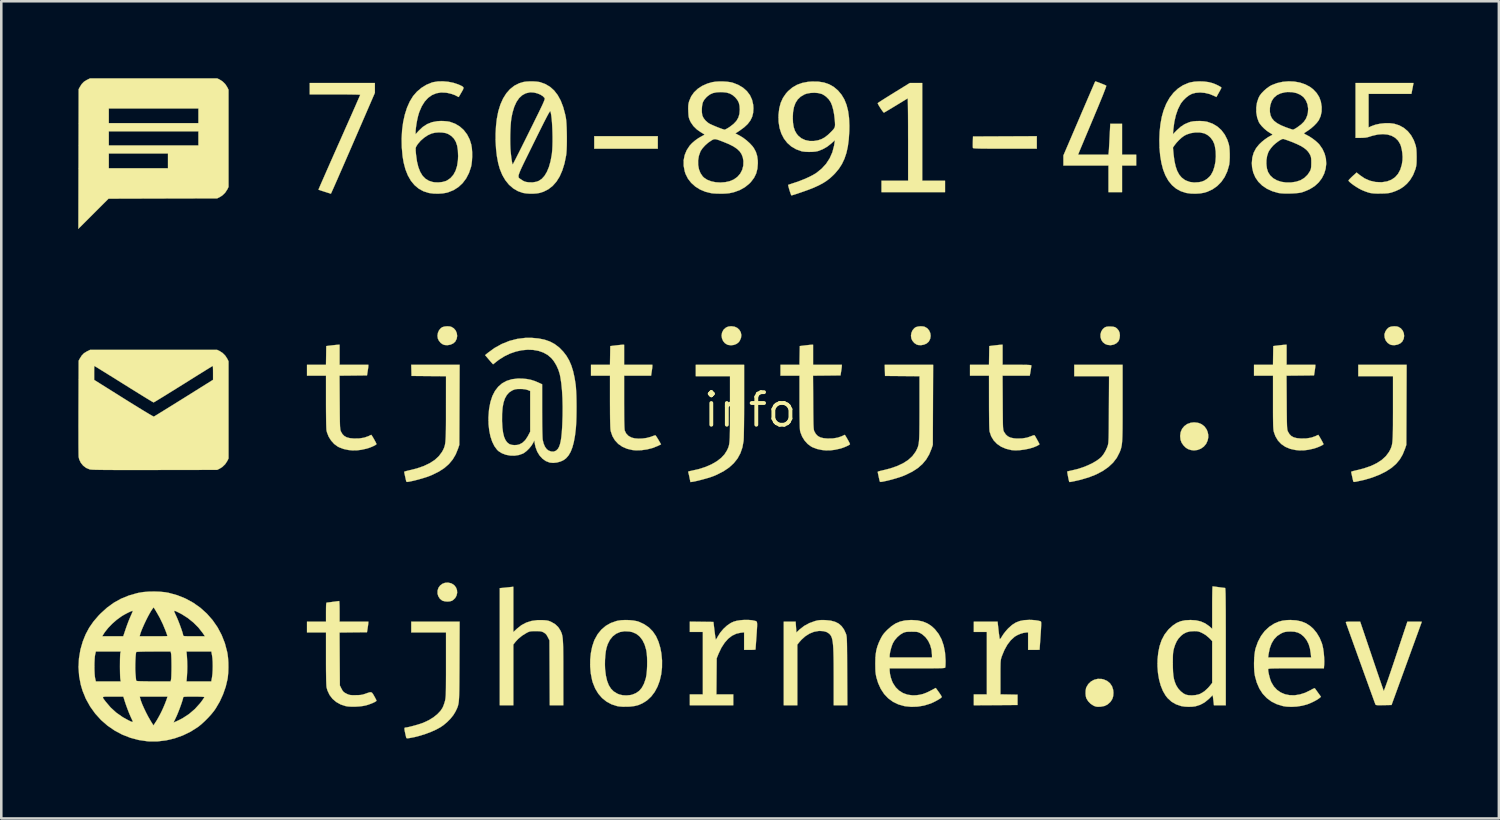
<source format=kicad_pcb>
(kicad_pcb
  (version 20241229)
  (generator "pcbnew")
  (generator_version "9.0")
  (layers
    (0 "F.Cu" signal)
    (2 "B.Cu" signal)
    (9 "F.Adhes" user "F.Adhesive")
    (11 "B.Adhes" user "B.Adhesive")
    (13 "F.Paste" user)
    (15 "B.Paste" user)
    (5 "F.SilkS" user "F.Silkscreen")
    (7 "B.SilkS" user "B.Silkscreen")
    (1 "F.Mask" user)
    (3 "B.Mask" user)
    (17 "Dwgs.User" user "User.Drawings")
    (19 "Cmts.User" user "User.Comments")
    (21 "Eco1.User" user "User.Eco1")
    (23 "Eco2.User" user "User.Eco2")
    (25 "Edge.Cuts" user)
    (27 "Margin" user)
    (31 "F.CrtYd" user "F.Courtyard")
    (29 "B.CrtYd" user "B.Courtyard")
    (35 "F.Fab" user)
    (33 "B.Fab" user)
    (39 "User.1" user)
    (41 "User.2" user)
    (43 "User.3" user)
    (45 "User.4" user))
  (footprint "info"
    (layer "F.Cu")
    (at 26.189 12.927)
    (property "Reference" "info" (at 0 0 0) (layer "F.SilkS") (effects (font (size 1.27 1.27) (thickness 0.15))))
    (attr through_hole)
    (fp_poly (pts (xy -3.598 -10.181) (xy -6.075 -10.181) (xy -6.075 -10.668) (xy -3.598 -10.668) (xy -3.598 -10.181)) (stroke (width 0.01) (type solid)) (fill yes) (layer "F.SilkS"))
    (fp_poly (pts (xy 11.176 -10.181) (xy 9.937 -10.181) (xy 9.669 -10.181) (xy 9.441 -10.182) (xy 9.249 -10.183) (xy 9.091 -10.184) (xy 8.964 -10.186) (xy 8.864 -10.189) (xy 8.79 -10.192) (xy 8.738 -10.196) (xy 8.706 -10.201) (xy 8.69 -10.206) (xy 8.687 -10.209) (xy 8.683 -10.241) (xy 8.681 -10.305) (xy 8.682 -10.39) (xy 8.683 -10.447) (xy 8.689 -10.657) (xy 11.176 -10.668) (xy 11.176 -10.181)) (stroke (width 0.01) (type solid)) (fill yes) (layer "F.SilkS"))
    (fp_poly (pts (xy -11.706 -3.252) (xy -11.648 -3.237) (xy -11.551 -3.18) (xy -11.478 -3.095) (xy -11.434 -2.993) (xy -11.419 -2.882) (xy -11.437 -2.77) (xy -11.49 -2.666) (xy -11.497 -2.657) (xy -11.575 -2.589) (xy -11.677 -2.543) (xy -11.791 -2.522) (xy -11.903 -2.528) (xy -11.97 -2.549) (xy -12.059 -2.609) (xy -12.131 -2.697) (xy -12.171 -2.78) (xy -12.186 -2.89) (xy -12.169 -3.002) (xy -12.124 -3.104) (xy -12.054 -3.186) (xy -11.995 -3.225) (xy -11.91 -3.249) (xy -11.807 -3.259) (xy -11.706 -3.252)) (stroke (width 0.01) (type solid)) (fill yes) (layer "F.SilkS"))
    (fp_poly (pts (xy -11.652 6.761) (xy -11.629 6.771) (xy -11.531 6.836) (xy -11.464 6.923) (xy -11.426 7.024) (xy -11.419 7.131) (xy -11.443 7.238) (xy -11.496 7.335) (xy -11.581 7.415) (xy -11.625 7.442) (xy -11.699 7.464) (xy -11.795 7.472) (xy -11.895 7.464) (xy -11.981 7.442) (xy -12.002 7.433) (xy -12.091 7.362) (xy -12.154 7.264) (xy -12.183 7.165) (xy -12.182 7.043) (xy -12.147 6.935) (xy -12.082 6.846) (xy -11.994 6.78) (xy -11.89 6.741) (xy -11.774 6.733) (xy -11.652 6.761)) (stroke (width 0.01) (type solid)) (fill yes) (layer "F.SilkS"))
    (fp_poly (pts (xy -0.602 -3.242) (xy -0.497 -3.193) (xy -0.417 -3.118) (xy -0.364 -3.025) (xy -0.342 -2.92) (xy -0.354 -2.809) (xy -0.401 -2.698) (xy -0.448 -2.634) (xy -0.529 -2.572) (xy -0.632 -2.532) (xy -0.746 -2.518) (xy -0.857 -2.532) (xy -0.889 -2.543) (xy -0.983 -2.601) (xy -1.053 -2.686) (xy -1.096 -2.789) (xy -1.111 -2.9) (xy -1.094 -3.009) (xy -1.045 -3.109) (xy -1.019 -3.14) (xy -0.939 -3.209) (xy -0.85 -3.247) (xy -0.739 -3.26) (xy -0.729 -3.26) (xy -0.602 -3.242)) (stroke (width 0.01) (type solid)) (fill yes) (layer "F.SilkS"))
    (fp_poly (pts (xy 6.751 -3.252) (xy 6.809 -3.237) (xy 6.907 -3.18) (xy 6.979 -3.095) (xy 7.024 -2.993) (xy 7.038 -2.882) (xy 7.02 -2.77) (xy 6.968 -2.666) (xy 6.96 -2.657) (xy 6.883 -2.589) (xy 6.78 -2.543) (xy 6.666 -2.522) (xy 6.554 -2.528) (xy 6.488 -2.549) (xy 6.399 -2.609) (xy 6.326 -2.697) (xy 6.287 -2.78) (xy 6.271 -2.89) (xy 6.288 -3.002) (xy 6.333 -3.104) (xy 6.403 -3.186) (xy 6.462 -3.225) (xy 6.547 -3.249) (xy 6.65 -3.259) (xy 6.751 -3.252)) (stroke (width 0.01) (type solid)) (fill yes) (layer "F.SilkS"))
    (fp_poly (pts (xy 25.209 -3.252) (xy 25.266 -3.237) (xy 25.364 -3.18) (xy 25.436 -3.095) (xy 25.481 -2.993) (xy 25.495 -2.882) (xy 25.478 -2.77) (xy 25.425 -2.666) (xy 25.417 -2.657) (xy 25.34 -2.589) (xy 25.237 -2.543) (xy 25.123 -2.522) (xy 25.01 -2.528) (xy 24.945 -2.548) (xy 24.851 -2.611) (xy 24.78 -2.701) (xy 24.737 -2.81) (xy 24.727 -2.925) (xy 24.733 -2.968) (xy 24.769 -3.065) (xy 24.829 -3.152) (xy 24.902 -3.215) (xy 24.92 -3.225) (xy 25.004 -3.249) (xy 25.107 -3.259) (xy 25.209 -3.252)) (stroke (width 0.01) (type solid)) (fill yes) (layer "F.SilkS"))
    (fp_poly (pts (xy 14.148 -3.243) (xy 14.23 -3.222) (xy 14.295 -3.178) (xy 14.355 -3.108) (xy 14.369 -3.088) (xy 14.403 -3.006) (xy 14.415 -2.904) (xy 14.404 -2.798) (xy 14.373 -2.703) (xy 14.353 -2.669) (xy 14.273 -2.592) (xy 14.17 -2.542) (xy 14.054 -2.521) (xy 13.935 -2.533) (xy 13.842 -2.568) (xy 13.753 -2.637) (xy 13.692 -2.728) (xy 13.661 -2.834) (xy 13.659 -2.945) (xy 13.687 -3.052) (xy 13.746 -3.146) (xy 13.803 -3.198) (xy 13.848 -3.225) (xy 13.897 -3.241) (xy 13.962 -3.248) (xy 14.037 -3.249) (xy 14.148 -3.243)) (stroke (width 0.01) (type solid)) (fill yes) (layer "F.SilkS"))
    (fp_poly (pts (xy 17.463 0.505) (xy 17.598 0.558) (xy 17.709 0.643) (xy 17.792 0.756) (xy 17.834 0.856) (xy 17.859 0.971) (xy 17.86 1.074) (xy 17.837 1.187) (xy 17.833 1.198) (xy 17.775 1.326) (xy 17.685 1.432) (xy 17.571 1.512) (xy 17.44 1.563) (xy 17.301 1.58) (xy 17.181 1.565) (xy 17.072 1.529) (xy 16.983 1.473) (xy 16.897 1.388) (xy 16.822 1.282) (xy 16.779 1.166) (xy 16.765 1.028) (xy 16.764 1.014) (xy 16.784 0.867) (xy 16.84 0.738) (xy 16.927 0.632) (xy 17.04 0.551) (xy 17.176 0.502) (xy 17.309 0.487) (xy 17.463 0.505)) (stroke (width 0.01) (type solid)) (fill yes) (layer "F.SilkS"))
    (fp_poly (pts (xy 13.697 10.488) (xy 13.781 10.506) (xy 13.919 10.566) (xy 14.029 10.657) (xy 14.108 10.774) (xy 14.153 10.913) (xy 14.163 11.028) (xy 14.154 11.157) (xy 14.123 11.261) (xy 14.066 11.356) (xy 14.033 11.396) (xy 13.933 11.485) (xy 13.817 11.542) (xy 13.676 11.569) (xy 13.642 11.572) (xy 13.551 11.574) (xy 13.483 11.566) (xy 13.419 11.544) (xy 13.388 11.53) (xy 13.275 11.457) (xy 13.178 11.358) (xy 13.11 11.247) (xy 13.107 11.241) (xy 13.086 11.159) (xy 13.077 11.055) (xy 13.08 10.947) (xy 13.095 10.852) (xy 13.107 10.816) (xy 13.182 10.689) (xy 13.285 10.59) (xy 13.41 10.521) (xy 13.549 10.486) (xy 13.697 10.488)) (stroke (width 0.01) (type solid)) (fill yes) (layer "F.SilkS"))
    (fp_poly (pts (xy -20.68 -12.877) (xy -20.563 -12.802) (xy -20.458 -12.698) (xy -20.379 -12.576) (xy -20.379 -12.575) (xy -20.331 -12.478) (xy -20.331 -8.689) (xy -20.379 -8.592) (xy -20.464 -8.463) (xy -20.578 -8.354) (xy -20.678 -8.292) (xy -20.775 -8.244) (xy -22.892 -8.239) (xy -25.008 -8.233) (xy -25.596 -7.646) (xy -26.184 -7.059) (xy -26.178 -9.779) (xy -26.178 -9.991) (xy -24.998 -9.991) (xy -24.998 -9.419) (xy -22.691 -9.419) (xy -22.691 -9.991) (xy -24.998 -9.991) (xy -26.178 -9.991) (xy -26.176 -10.858) (xy -24.998 -10.858) (xy -24.998 -10.308) (xy -21.505 -10.308) (xy -21.505 -10.858) (xy -24.998 -10.858) (xy -26.176 -10.858) (xy -26.174 -11.748) (xy -24.998 -11.748) (xy -24.998 -11.176) (xy -21.505 -11.176) (xy -21.505 -11.748) (xy -24.998 -11.748) (xy -26.174 -11.748) (xy -26.173 -12.499) (xy -26.126 -12.586) (xy -26.052 -12.703) (xy -25.967 -12.79) (xy -25.859 -12.858) (xy -25.849 -12.863) (xy -25.728 -12.922) (xy -20.775 -12.922) (xy -20.68 -12.877)) (stroke (width 0.01) (type solid)) (fill yes) (layer "F.SilkS"))
    (fp_poly (pts (xy 6.71 -8.932) (xy 7.599 -8.932) (xy 7.599 -8.488) (xy 5.122 -8.488) (xy 5.122 -8.932) (xy 6.16 -8.932) (xy 6.16 -10.542) (xy 6.159 -10.799) (xy 6.159 -11.043) (xy 6.158 -11.27) (xy 6.157 -11.479) (xy 6.155 -11.664) (xy 6.153 -11.824) (xy 6.151 -11.956) (xy 6.149 -12.054) (xy 6.147 -12.118) (xy 6.144 -12.143) (xy 6.144 -12.143) (xy 6.122 -12.13) (xy 6.069 -12.098) (xy 5.99 -12.05) (xy 5.891 -11.989) (xy 5.775 -11.919) (xy 5.685 -11.864) (xy 5.561 -11.789) (xy 5.448 -11.721) (xy 5.352 -11.664) (xy 5.278 -11.62) (xy 5.231 -11.593) (xy 5.217 -11.586) (xy 5.199 -11.599) (xy 5.166 -11.64) (xy 5.123 -11.7) (xy 5.077 -11.769) (xy 5.033 -11.839) (xy 4.998 -11.9) (xy 4.978 -11.943) (xy 4.975 -11.955) (xy 4.992 -11.97) (xy 5.042 -12.003) (xy 5.119 -12.053) (xy 5.22 -12.118) (xy 5.341 -12.194) (xy 5.477 -12.279) (xy 5.601 -12.356) (xy 6.227 -12.742) (xy 6.71 -12.742) (xy 6.71 -8.932)) (stroke (width 0.01) (type solid)) (fill yes) (layer "F.SilkS"))
    (fp_poly (pts (xy 25.58 1.365) (xy 25.53 1.513) (xy 25.439 1.738) (xy 25.327 1.93) (xy 25.188 2.098) (xy 25.018 2.248) (xy 24.993 2.267) (xy 24.781 2.404) (xy 24.534 2.527) (xy 24.256 2.635) (xy 23.954 2.726) (xy 23.633 2.796) (xy 23.596 2.803) (xy 23.544 2.809) (xy 23.518 2.799) (xy 23.507 2.768) (xy 23.478 2.639) (xy 23.457 2.545) (xy 23.443 2.481) (xy 23.435 2.441) (xy 23.432 2.42) (xy 23.431 2.415) (xy 23.451 2.404) (xy 23.502 2.387) (xy 23.575 2.369) (xy 23.606 2.362) (xy 23.918 2.284) (xy 24.191 2.19) (xy 24.425 2.079) (xy 24.622 1.951) (xy 24.781 1.806) (xy 24.903 1.643) (xy 24.938 1.579) (xy 24.963 1.53) (xy 24.983 1.483) (xy 25.001 1.435) (xy 25.016 1.382) (xy 25.028 1.321) (xy 25.038 1.248) (xy 25.045 1.159) (xy 25.051 1.051) (xy 25.055 0.921) (xy 25.058 0.765) (xy 25.06 0.58) (xy 25.06 0.361) (xy 25.061 0.105) (xy 25.061 -0.069) (xy 25.061 -1.312) (xy 23.707 -1.312) (xy 23.707 -1.757) (xy 25.592 -1.757) (xy 25.58 1.365)) (stroke (width 0.01) (type solid)) (fill yes) (layer "F.SilkS"))
    (fp_poly (pts (xy 7.122 1.365) (xy 7.073 1.513) (xy 6.981 1.737) (xy 6.863 1.936) (xy 6.716 2.112) (xy 6.537 2.268) (xy 6.323 2.407) (xy 6.073 2.531) (xy 5.977 2.571) (xy 5.845 2.619) (xy 5.686 2.669) (xy 5.514 2.718) (xy 5.343 2.761) (xy 5.188 2.794) (xy 5.139 2.803) (xy 5.086 2.809) (xy 5.061 2.799) (xy 5.049 2.768) (xy 5.02 2.639) (xy 5 2.545) (xy 4.986 2.481) (xy 4.978 2.441) (xy 4.975 2.42) (xy 4.974 2.415) (xy 4.993 2.404) (xy 5.045 2.387) (xy 5.118 2.369) (xy 5.149 2.362) (xy 5.46 2.284) (xy 5.733 2.19) (xy 5.968 2.079) (xy 6.165 1.951) (xy 6.324 1.806) (xy 6.445 1.643) (xy 6.481 1.579) (xy 6.505 1.53) (xy 6.526 1.483) (xy 6.544 1.435) (xy 6.558 1.382) (xy 6.571 1.321) (xy 6.58 1.248) (xy 6.588 1.159) (xy 6.594 1.051) (xy 6.598 0.921) (xy 6.6 0.765) (xy 6.602 0.579) (xy 6.603 0.361) (xy 6.604 0.105) (xy 6.604 -0.068) (xy 6.604 -1.312) (xy 5.26 -1.323) (xy 5.254 -1.54) (xy 5.248 -1.757) (xy 7.135 -1.757) (xy 7.122 1.365)) (stroke (width 0.01) (type solid)) (fill yes) (layer "F.SilkS"))
    (fp_poly (pts (xy -11.329 -0.196) (xy -11.335 1.365) (xy -11.385 1.513) (xy -11.476 1.737) (xy -11.594 1.936) (xy -11.741 2.112) (xy -11.92 2.268) (xy -12.134 2.407) (xy -12.385 2.531) (xy -12.48 2.571) (xy -12.612 2.619) (xy -12.771 2.669) (xy -12.944 2.718) (xy -13.114 2.761) (xy -13.269 2.794) (xy -13.319 2.803) (xy -13.371 2.809) (xy -13.397 2.799) (xy -13.408 2.768) (xy -13.437 2.639) (xy -13.458 2.545) (xy -13.471 2.481) (xy -13.479 2.441) (xy -13.483 2.42) (xy -13.483 2.415) (xy -13.464 2.404) (xy -13.413 2.388) (xy -13.339 2.369) (xy -13.309 2.362) (xy -12.997 2.285) (xy -12.724 2.191) (xy -12.49 2.08) (xy -12.293 1.952) (xy -12.134 1.806) (xy -12.012 1.643) (xy -11.976 1.579) (xy -11.952 1.53) (xy -11.931 1.483) (xy -11.914 1.435) (xy -11.899 1.382) (xy -11.887 1.321) (xy -11.877 1.248) (xy -11.87 1.159) (xy -11.864 1.051) (xy -11.86 0.921) (xy -11.857 0.765) (xy -11.855 0.579) (xy -11.854 0.361) (xy -11.854 0.105) (xy -11.854 -0.068) (xy -11.853 -1.312) (xy -12.525 -1.317) (xy -13.197 -1.323) (xy -13.203 -1.54) (xy -13.209 -1.757) (xy -11.323 -1.757) (xy -11.329 -0.196)) (stroke (width 0.01) (type solid)) (fill yes) (layer "F.SilkS"))
    (fp_poly (pts (xy -14.626 -12.358) (xy -15.478 -10.391) (xy -15.596 -10.119) (xy -15.71 -9.857) (xy -15.818 -9.609) (xy -15.919 -9.378) (xy -16.012 -9.166) (xy -16.095 -8.975) (xy -16.169 -8.808) (xy -16.23 -8.669) (xy -16.28 -8.558) (xy -16.315 -8.48) (xy -16.336 -8.435) (xy -16.341 -8.427) (xy -16.364 -8.433) (xy -16.419 -8.451) (xy -16.497 -8.475) (xy -16.584 -8.503) (xy -16.677 -8.533) (xy -16.753 -8.558) (xy -16.805 -8.576) (xy -16.824 -8.584) (xy -16.817 -8.604) (xy -16.793 -8.66) (xy -16.755 -8.749) (xy -16.703 -8.869) (xy -16.638 -9.016) (xy -16.562 -9.19) (xy -16.476 -9.385) (xy -16.381 -9.601) (xy -16.278 -9.834) (xy -16.168 -10.082) (xy -16.053 -10.342) (xy -16.014 -10.428) (xy -15.897 -10.692) (xy -15.786 -10.944) (xy -15.68 -11.183) (xy -15.581 -11.405) (xy -15.491 -11.609) (xy -15.411 -11.79) (xy -15.342 -11.948) (xy -15.285 -12.078) (xy -15.241 -12.178) (xy -15.212 -12.246) (xy -15.198 -12.279) (xy -15.198 -12.282) (xy -15.218 -12.285) (xy -15.277 -12.288) (xy -15.369 -12.291) (xy -15.492 -12.293) (xy -15.64 -12.295) (xy -15.81 -12.297) (xy -15.997 -12.298) (xy -16.182 -12.298) (xy -17.166 -12.298) (xy -17.166 -12.742) (xy -14.626 -12.742) (xy -14.626 -12.358)) (stroke (width 0.01) (type solid)) (fill yes) (layer "F.SilkS"))
    (fp_poly (pts (xy 13.475 -12.8) (xy 13.526 -12.784) (xy 13.595 -12.758) (xy 13.674 -12.728) (xy 13.753 -12.696) (xy 13.821 -12.668) (xy 13.869 -12.645) (xy 13.882 -12.639) (xy 13.881 -12.619) (xy 13.865 -12.566) (xy 13.833 -12.48) (xy 13.787 -12.359) (xy 13.725 -12.203) (xy 13.646 -12.011) (xy 13.552 -11.782) (xy 13.44 -11.516) (xy 13.386 -11.386) (xy 13.294 -11.167) (xy 13.206 -10.957) (xy 13.123 -10.76) (xy 13.047 -10.58) (xy 12.98 -10.419) (xy 12.923 -10.283) (xy 12.877 -10.174) (xy 12.845 -10.096) (xy 12.827 -10.052) (xy 12.826 -10.049) (xy 12.785 -9.948) (xy 13.967 -9.948) (xy 13.979 -10.038) (xy 13.983 -10.085) (xy 13.989 -10.166) (xy 13.995 -10.276) (xy 14.003 -10.406) (xy 14.01 -10.55) (xy 14.015 -10.642) (xy 14.04 -11.155) (xy 14.499 -11.155) (xy 14.499 -9.948) (xy 15.05 -9.948) (xy 15.05 -9.525) (xy 14.499 -9.525) (xy 14.499 -8.488) (xy 13.97 -8.488) (xy 13.97 -9.525) (xy 12.213 -9.525) (xy 12.213 -9.721) (xy 12.213 -9.917) (xy 12.83 -11.356) (xy 12.929 -11.589) (xy 13.025 -11.811) (xy 13.114 -12.018) (xy 13.195 -12.207) (xy 13.268 -12.376) (xy 13.331 -12.522) (xy 13.382 -12.64) (xy 13.42 -12.729) (xy 13.445 -12.784) (xy 13.454 -12.804) (xy 13.475 -12.8)) (stroke (width 0.01) (type solid)) (fill yes) (layer "F.SilkS"))
    (fp_poly (pts (xy -9.229 8.662) (xy -9.092 8.534) (xy -8.916 8.394) (xy -8.725 8.292) (xy -8.517 8.227) (xy -8.288 8.196) (xy -8.128 8.195) (xy -8.017 8.2) (xy -7.935 8.208) (xy -7.871 8.22) (xy -7.812 8.239) (xy -7.746 8.268) (xy -7.745 8.269) (xy -7.595 8.357) (xy -7.479 8.468) (xy -7.396 8.597) (xy -7.374 8.643) (xy -7.354 8.687) (xy -7.338 8.734) (xy -7.324 8.787) (xy -7.313 8.848) (xy -7.304 8.922) (xy -7.297 9.013) (xy -7.291 9.123) (xy -7.287 9.256) (xy -7.285 9.415) (xy -7.283 9.604) (xy -7.282 9.827) (xy -7.282 10.087) (xy -7.282 10.25) (xy -7.281 11.515) (xy -7.809 11.515) (xy -7.821 8.985) (xy -7.885 8.858) (xy -7.931 8.776) (xy -7.98 8.721) (xy -8.043 8.678) (xy -8.092 8.654) (xy -8.139 8.638) (xy -8.196 8.63) (xy -8.275 8.626) (xy -8.361 8.625) (xy -8.463 8.626) (xy -8.536 8.631) (xy -8.592 8.64) (xy -8.643 8.659) (xy -8.701 8.687) (xy -8.711 8.692) (xy -8.888 8.802) (xy -9.044 8.931) (xy -9.144 9.04) (xy -9.229 9.148) (xy -9.229 11.515) (xy -9.758 11.515) (xy -9.758 6.949) (xy -9.604 6.935) (xy -9.507 6.925) (xy -9.409 6.915) (xy -9.34 6.907) (xy -9.229 6.895) (xy -9.229 8.662)) (stroke (width 0.01) (type solid)) (fill yes) (layer "F.SilkS"))
    (fp_poly (pts (xy -0.233 -0.365) (xy -0.233 -0.097) (xy -0.234 0.155) (xy -0.236 0.39) (xy -0.238 0.603) (xy -0.241 0.791) (xy -0.244 0.95) (xy -0.247 1.077) (xy -0.251 1.168) (xy -0.255 1.215) (xy -0.3 1.464) (xy -0.378 1.69) (xy -0.489 1.894) (xy -0.635 2.078) (xy -0.816 2.244) (xy -1.034 2.392) (xy -1.291 2.524) (xy -1.433 2.584) (xy -1.525 2.617) (xy -1.645 2.655) (xy -1.782 2.694) (xy -1.924 2.732) (xy -2.059 2.766) (xy -2.174 2.791) (xy -2.237 2.802) (xy -2.325 2.815) (xy -2.35 2.693) (xy -2.367 2.611) (xy -2.384 2.533) (xy -2.393 2.498) (xy -2.406 2.445) (xy -2.413 2.412) (xy -2.413 2.41) (xy -2.394 2.4) (xy -2.344 2.386) (xy -2.273 2.371) (xy -2.27 2.37) (xy -1.99 2.306) (xy -1.733 2.223) (xy -1.502 2.122) (xy -1.3 2.005) (xy -1.13 1.875) (xy -0.996 1.732) (xy -0.901 1.581) (xy -0.878 1.532) (xy -0.857 1.486) (xy -0.84 1.44) (xy -0.826 1.39) (xy -0.814 1.334) (xy -0.805 1.266) (xy -0.798 1.184) (xy -0.792 1.084) (xy -0.789 0.963) (xy -0.786 0.817) (xy -0.784 0.642) (xy -0.784 0.435) (xy -0.783 0.192) (xy -0.783 -0.047) (xy -0.783 -1.312) (xy -2.117 -1.312) (xy -2.117 -1.757) (xy -0.233 -1.757) (xy -0.233 -0.365)) (stroke (width 0.01) (type solid)) (fill yes) (layer "F.SilkS"))
    (fp_poly (pts (xy 2.88 8.194) (xy 2.941 8.196) (xy 3.143 8.216) (xy 3.312 8.261) (xy 3.452 8.331) (xy 3.567 8.431) (xy 3.661 8.562) (xy 3.732 8.716) (xy 3.741 8.741) (xy 3.749 8.767) (xy 3.756 8.796) (xy 3.761 8.833) (xy 3.766 8.88) (xy 3.77 8.94) (xy 3.773 9.018) (xy 3.776 9.116) (xy 3.778 9.238) (xy 3.779 9.387) (xy 3.781 9.566) (xy 3.782 9.78) (xy 3.783 10.031) (xy 3.784 10.176) (xy 3.791 11.515) (xy 3.26 11.515) (xy 3.26 10.448) (xy 3.259 10.148) (xy 3.258 9.887) (xy 3.255 9.662) (xy 3.25 9.47) (xy 3.244 9.308) (xy 3.235 9.173) (xy 3.223 9.062) (xy 3.208 8.971) (xy 3.19 8.898) (xy 3.168 8.839) (xy 3.142 8.792) (xy 3.111 8.753) (xy 3.076 8.719) (xy 3.071 8.715) (xy 2.978 8.658) (xy 2.862 8.626) (xy 2.718 8.617) (xy 2.667 8.619) (xy 2.492 8.65) (xy 2.319 8.719) (xy 2.153 8.824) (xy 1.999 8.962) (xy 1.929 9.042) (xy 1.841 9.15) (xy 1.841 11.515) (xy 1.312 11.515) (xy 1.312 8.255) (xy 1.775 8.255) (xy 1.79 8.467) (xy 1.805 8.678) (xy 1.935 8.556) (xy 2.109 8.421) (xy 2.311 8.311) (xy 2.529 8.233) (xy 2.615 8.211) (xy 2.692 8.199) (xy 2.776 8.193) (xy 2.88 8.194)) (stroke (width 0.01) (type solid)) (fill yes) (layer "F.SilkS"))
    (fp_poly (pts (xy -0.065 8.188) (xy 0.078 8.2) (xy 0.196 8.225) (xy 0.221 8.233) (xy 0.24 8.242) (xy 0.255 8.255) (xy 0.265 8.276) (xy 0.272 8.31) (xy 0.274 8.362) (xy 0.273 8.437) (xy 0.267 8.539) (xy 0.259 8.673) (xy 0.247 8.843) (xy 0.243 8.89) (xy 0.234 9.021) (xy 0.226 9.138) (xy 0.219 9.234) (xy 0.214 9.303) (xy 0.212 9.337) (xy 0.212 9.34) (xy 0.192 9.346) (xy 0.139 9.352) (xy 0.061 9.355) (xy -0.011 9.356) (xy -0.233 9.356) (xy -0.233 8.672) (xy -0.365 8.686) (xy -0.54 8.725) (xy -0.704 8.804) (xy -0.856 8.922) (xy -0.994 9.079) (xy -1.119 9.272) (xy -1.229 9.503) (xy -1.233 9.514) (xy -1.302 9.684) (xy -1.308 10.388) (xy -1.314 11.091) (xy -0.656 11.091) (xy -0.656 11.515) (xy -2.349 11.515) (xy -2.349 11.091) (xy -1.841 11.091) (xy -1.841 8.657) (xy -2.349 8.657) (xy -2.349 8.254) (xy -1.889 8.26) (xy -1.429 8.266) (xy -1.388 8.61) (xy -1.373 8.725) (xy -1.36 8.823) (xy -1.348 8.899) (xy -1.339 8.944) (xy -1.335 8.954) (xy -1.319 8.936) (xy -1.291 8.893) (xy -1.271 8.855) (xy -1.167 8.689) (xy -1.041 8.538) (xy -0.901 8.409) (xy -0.755 8.309) (xy -0.645 8.257) (xy -0.523 8.222) (xy -0.377 8.199) (xy -0.221 8.187) (xy -0.065 8.188)) (stroke (width 0.01) (type solid)) (fill yes) (layer "F.SilkS"))
    (fp_poly (pts (xy -4.911 -1.757) (xy -3.81 -1.757) (xy -3.81 -1.709) (xy -3.813 -1.666) (xy -3.821 -1.595) (xy -3.833 -1.51) (xy -3.835 -1.498) (xy -3.86 -1.333) (xy -4.911 -1.333) (xy -4.911 -0.304) (xy -4.91 -0.029) (xy -4.909 0.205) (xy -4.907 0.399) (xy -4.903 0.554) (xy -4.899 0.672) (xy -4.894 0.754) (xy -4.888 0.801) (xy -4.887 0.806) (xy -4.83 0.923) (xy -4.741 1.015) (xy -4.619 1.08) (xy -4.499 1.11) (xy -4.353 1.122) (xy -4.195 1.117) (xy -4.036 1.095) (xy -3.89 1.057) (xy -3.873 1.051) (xy -3.797 1.023) (xy -3.735 1.002) (xy -3.7 0.99) (xy -3.697 0.989) (xy -3.68 1.004) (xy -3.647 1.048) (xy -3.605 1.115) (xy -3.575 1.164) (xy -3.471 1.344) (xy -3.614 1.412) (xy -3.805 1.487) (xy -4.017 1.541) (xy -4.236 1.572) (xy -4.448 1.578) (xy -4.583 1.566) (xy -4.793 1.517) (xy -4.979 1.437) (xy -5.138 1.327) (xy -5.267 1.189) (xy -5.365 1.026) (xy -5.429 0.839) (xy -5.438 0.793) (xy -5.444 0.739) (xy -5.449 0.646) (xy -5.453 0.515) (xy -5.457 0.349) (xy -5.459 0.15) (xy -5.46 -0.078) (xy -5.461 -0.332) (xy -5.461 -1.333) (xy -6.202 -1.333) (xy -6.202 -1.757) (xy -5.462 -1.757) (xy -5.456 -2.122) (xy -5.45 -2.486) (xy -5.239 -2.512) (xy -5.142 -2.523) (xy -5.055 -2.532) (xy -4.991 -2.538) (xy -4.969 -2.539) (xy -4.911 -2.54) (xy -4.911 -1.757)) (stroke (width 0.01) (type solid)) (fill yes) (layer "F.SilkS"))
    (fp_poly (pts (xy 14.52 -0.274) (xy 14.52 0.029) (xy 14.52 0.293) (xy 14.519 0.521) (xy 14.518 0.717) (xy 14.515 0.883) (xy 14.512 1.024) (xy 14.507 1.142) (xy 14.501 1.241) (xy 14.493 1.324) (xy 14.483 1.394) (xy 14.471 1.454) (xy 14.457 1.509) (xy 14.441 1.56) (xy 14.421 1.612) (xy 14.401 1.661) (xy 14.295 1.867) (xy 14.151 2.055) (xy 13.969 2.226) (xy 13.751 2.379) (xy 13.497 2.513) (xy 13.208 2.628) (xy 12.885 2.724) (xy 12.671 2.773) (xy 12.572 2.793) (xy 12.507 2.806) (xy 12.468 2.812) (xy 12.449 2.811) (xy 12.441 2.804) (xy 12.437 2.792) (xy 12.436 2.789) (xy 12.424 2.742) (xy 12.409 2.674) (xy 12.393 2.596) (xy 12.379 2.519) (xy 12.368 2.454) (xy 12.363 2.412) (xy 12.364 2.403) (xy 12.388 2.395) (xy 12.442 2.382) (xy 12.518 2.365) (xy 12.542 2.36) (xy 12.758 2.308) (xy 12.971 2.24) (xy 13.174 2.159) (xy 13.359 2.069) (xy 13.521 1.973) (xy 13.651 1.874) (xy 13.709 1.818) (xy 13.785 1.717) (xy 13.859 1.591) (xy 13.919 1.458) (xy 13.933 1.418) (xy 13.943 1.389) (xy 13.951 1.36) (xy 13.958 1.327) (xy 13.964 1.288) (xy 13.968 1.238) (xy 13.972 1.175) (xy 13.976 1.094) (xy 13.978 0.993) (xy 13.98 0.868) (xy 13.982 0.715) (xy 13.983 0.53) (xy 13.985 0.312) (xy 13.986 0.055) (xy 13.986 -0.016) (xy 13.993 -1.312) (xy 12.636 -1.312) (xy 12.636 -1.757) (xy 14.52 -1.757) (xy 14.52 -0.274)) (stroke (width 0.01) (type solid)) (fill yes) (layer "F.SilkS"))
    (fp_poly (pts (xy 11.004 8.19) (xy 11.118 8.2) (xy 11.219 8.215) (xy 11.297 8.233) (xy 11.337 8.25) (xy 11.344 8.269) (xy 11.347 8.317) (xy 11.346 8.397) (xy 11.341 8.511) (xy 11.332 8.662) (xy 11.322 8.805) (xy 11.312 8.952) (xy 11.303 9.083) (xy 11.295 9.195) (xy 11.289 9.28) (xy 11.285 9.334) (xy 11.283 9.35) (xy 11.263 9.353) (xy 11.209 9.354) (xy 11.131 9.355) (xy 11.06 9.356) (xy 10.837 9.356) (xy 10.837 8.678) (xy 10.765 8.678) (xy 10.666 8.691) (xy 10.55 8.724) (xy 10.432 8.773) (xy 10.329 8.831) (xy 10.307 8.847) (xy 10.16 8.982) (xy 10.028 9.154) (xy 9.912 9.362) (xy 9.813 9.603) (xy 9.808 9.619) (xy 9.794 9.661) (xy 9.783 9.701) (xy 9.774 9.744) (xy 9.768 9.795) (xy 9.763 9.86) (xy 9.761 9.943) (xy 9.759 10.052) (xy 9.758 10.189) (xy 9.758 10.363) (xy 9.758 10.428) (xy 9.758 11.09) (xy 10.425 11.102) (xy 10.425 11.504) (xy 9.573 11.51) (xy 8.721 11.515) (xy 8.721 11.091) (xy 9.229 11.091) (xy 9.229 8.657) (xy 8.721 8.657) (xy 8.721 8.255) (xy 9.647 8.255) (xy 9.684 8.588) (xy 9.697 8.703) (xy 9.711 8.803) (xy 9.722 8.88) (xy 9.731 8.927) (xy 9.735 8.937) (xy 9.751 8.928) (xy 9.782 8.889) (xy 9.82 8.828) (xy 9.831 8.81) (xy 9.883 8.731) (xy 9.955 8.639) (xy 10.034 8.548) (xy 10.073 8.507) (xy 10.214 8.382) (xy 10.357 8.291) (xy 10.51 8.231) (xy 10.682 8.197) (xy 10.883 8.186) (xy 10.888 8.186) (xy 11.004 8.19)) (stroke (width 0.01) (type solid)) (fill yes) (layer "F.SilkS"))
    (fp_poly (pts (xy -11.329 9.805) (xy -11.33 10.108) (xy -11.332 10.371) (xy -11.333 10.598) (xy -11.335 10.793) (xy -11.337 10.958) (xy -11.341 11.098) (xy -11.345 11.214) (xy -11.351 11.311) (xy -11.359 11.391) (xy -11.369 11.458) (xy -11.382 11.515) (xy -11.397 11.566) (xy -11.414 11.612) (xy -11.435 11.659) (xy -11.459 11.709) (xy -11.487 11.765) (xy -11.489 11.769) (xy -11.568 11.899) (xy -11.678 12.036) (xy -11.809 12.169) (xy -11.953 12.29) (xy -12.07 12.37) (xy -12.234 12.46) (xy -12.427 12.547) (xy -12.64 12.628) (xy -12.859 12.698) (xy -13.073 12.754) (xy -13.271 12.792) (xy -13.287 12.794) (xy -13.352 12.802) (xy -13.386 12.799) (xy -13.402 12.782) (xy -13.408 12.76) (xy -13.439 12.627) (xy -13.46 12.529) (xy -13.471 12.462) (xy -13.473 12.419) (xy -13.466 12.395) (xy -13.45 12.385) (xy -13.425 12.383) (xy -13.421 12.383) (xy -13.372 12.376) (xy -13.292 12.359) (xy -13.191 12.334) (xy -13.078 12.304) (xy -12.963 12.271) (xy -12.855 12.237) (xy -12.764 12.206) (xy -12.732 12.193) (xy -12.532 12.1) (xy -12.351 11.99) (xy -12.195 11.866) (xy -12.07 11.735) (xy -11.993 11.62) (xy -11.959 11.547) (xy -11.925 11.453) (xy -11.896 11.357) (xy -11.895 11.354) (xy -11.886 11.318) (xy -11.879 11.281) (xy -11.873 11.239) (xy -11.868 11.189) (xy -11.863 11.128) (xy -11.86 11.051) (xy -11.858 10.955) (xy -11.856 10.837) (xy -11.855 10.692) (xy -11.854 10.518) (xy -11.853 10.31) (xy -11.853 10.065) (xy -11.853 9.934) (xy -11.853 8.678) (xy -13.208 8.678) (xy -13.208 8.255) (xy -11.323 8.255) (xy -11.329 9.805)) (stroke (width 0.01) (type solid)) (fill yes) (layer "F.SilkS"))
    (fp_poly (pts (xy 24.234 9.594) (xy 24.311 9.822) (xy 24.385 10.039) (xy 24.453 10.241) (xy 24.516 10.425) (xy 24.571 10.587) (xy 24.618 10.724) (xy 24.656 10.833) (xy 24.682 10.91) (xy 24.697 10.952) (xy 24.7 10.958) (xy 24.709 10.943) (xy 24.729 10.891) (xy 24.761 10.805) (xy 24.803 10.688) (xy 24.854 10.544) (xy 24.912 10.376) (xy 24.977 10.186) (xy 25.047 9.979) (xy 25.122 9.757) (xy 25.167 9.62) (xy 25.622 8.255) (xy 25.903 8.255) (xy 26.006 8.255) (xy 26.092 8.256) (xy 26.153 8.258) (xy 26.182 8.26) (xy 26.183 8.26) (xy 26.176 8.281) (xy 26.155 8.338) (xy 26.122 8.428) (xy 26.078 8.55) (xy 26.024 8.7) (xy 25.96 8.875) (xy 25.889 9.071) (xy 25.81 9.287) (xy 25.726 9.519) (xy 25.637 9.764) (xy 25.593 9.885) (xy 25.004 11.504) (xy 24.696 11.51) (xy 24.575 11.512) (xy 24.49 11.512) (xy 24.434 11.509) (xy 24.401 11.502) (xy 24.383 11.492) (xy 24.374 11.478) (xy 24.363 11.447) (xy 24.338 11.38) (xy 24.302 11.282) (xy 24.257 11.156) (xy 24.202 11.005) (xy 24.14 10.834) (xy 24.072 10.645) (xy 23.999 10.444) (xy 23.923 10.233) (xy 23.845 10.016) (xy 23.766 9.797) (xy 23.687 9.579) (xy 23.611 9.366) (xy 23.537 9.163) (xy 23.469 8.972) (xy 23.406 8.797) (xy 23.35 8.642) (xy 23.303 8.511) (xy 23.266 8.407) (xy 23.24 8.335) (xy 23.227 8.297) (xy 23.225 8.292) (xy 23.224 8.277) (xy 23.235 8.267) (xy 23.265 8.26) (xy 23.319 8.257) (xy 23.404 8.255) (xy 23.498 8.255) (xy 23.781 8.255) (xy 24.234 9.594)) (stroke (width 0.01) (type solid)) (fill yes) (layer "F.SilkS"))
    (fp_poly (pts (xy -16.002 -1.757) (xy -14.88 -1.757) (xy -14.881 -1.709) (xy -14.885 -1.665) (xy -14.894 -1.594) (xy -14.907 -1.511) (xy -14.908 -1.503) (xy -14.933 -1.344) (xy -15.469 -1.338) (xy -16.005 -1.333) (xy -15.998 -0.291) (xy -15.996 -0.052) (xy -15.995 0.149) (xy -15.993 0.315) (xy -15.991 0.449) (xy -15.988 0.556) (xy -15.985 0.64) (xy -15.98 0.704) (xy -15.975 0.752) (xy -15.969 0.787) (xy -15.962 0.814) (xy -15.953 0.836) (xy -15.894 0.941) (xy -15.818 1.018) (xy -15.722 1.071) (xy -15.597 1.103) (xy -15.441 1.117) (xy -15.23 1.113) (xy -15.04 1.082) (xy -14.879 1.026) (xy -14.859 1.016) (xy -14.807 0.99) (xy -14.772 0.975) (xy -14.766 0.974) (xy -14.751 0.991) (xy -14.723 1.036) (xy -14.685 1.098) (xy -14.645 1.169) (xy -14.608 1.237) (xy -14.579 1.294) (xy -14.564 1.329) (xy -14.563 1.334) (xy -14.581 1.355) (xy -14.631 1.386) (xy -14.703 1.421) (xy -14.788 1.457) (xy -14.876 1.489) (xy -14.954 1.512) (xy -15.154 1.556) (xy -15.333 1.578) (xy -15.503 1.579) (xy -15.653 1.565) (xy -15.843 1.525) (xy -16.017 1.46) (xy -16.079 1.427) (xy -16.215 1.327) (xy -16.333 1.195) (xy -16.429 1.042) (xy -16.493 0.877) (xy -16.51 0.807) (xy -16.515 0.76) (xy -16.519 0.675) (xy -16.523 0.555) (xy -16.526 0.405) (xy -16.528 0.229) (xy -16.53 0.03) (xy -16.531 -0.188) (xy -16.531 -0.32) (xy -16.531 -1.333) (xy -17.272 -1.333) (xy -17.272 -1.757) (xy -16.532 -1.757) (xy -16.526 -2.122) (xy -16.521 -2.487) (xy -16.32 -2.512) (xy -16.225 -2.523) (xy -16.14 -2.532) (xy -16.078 -2.537) (xy -16.06 -2.538) (xy -16.002 -2.54) (xy -16.002 -1.757)) (stroke (width 0.01) (type solid)) (fill yes) (layer "F.SilkS"))
    (fp_poly (pts (xy 2.455 -1.757) (xy 3.577 -1.757) (xy 3.576 -1.709) (xy 3.572 -1.665) (xy 3.563 -1.594) (xy 3.551 -1.511) (xy 3.549 -1.503) (xy 3.524 -1.344) (xy 2.989 -1.338) (xy 2.453 -1.333) (xy 2.46 -0.291) (xy 2.461 -0.052) (xy 2.463 0.149) (xy 2.465 0.315) (xy 2.467 0.449) (xy 2.469 0.556) (xy 2.473 0.64) (xy 2.477 0.704) (xy 2.482 0.752) (xy 2.488 0.787) (xy 2.495 0.814) (xy 2.504 0.836) (xy 2.564 0.941) (xy 2.639 1.018) (xy 2.736 1.071) (xy 2.86 1.103) (xy 3.016 1.117) (xy 3.228 1.113) (xy 3.417 1.082) (xy 3.578 1.026) (xy 3.598 1.016) (xy 3.651 0.99) (xy 3.685 0.975) (xy 3.691 0.974) (xy 3.706 0.991) (xy 3.734 1.036) (xy 3.771 1.098) (xy 3.811 1.169) (xy 3.849 1.238) (xy 3.878 1.296) (xy 3.893 1.331) (xy 3.895 1.337) (xy 3.876 1.357) (xy 3.827 1.387) (xy 3.755 1.421) (xy 3.672 1.456) (xy 3.585 1.488) (xy 3.505 1.512) (xy 3.503 1.512) (xy 3.303 1.556) (xy 3.125 1.578) (xy 2.954 1.579) (xy 2.805 1.565) (xy 2.615 1.525) (xy 2.44 1.46) (xy 2.378 1.427) (xy 2.243 1.327) (xy 2.124 1.195) (xy 2.029 1.042) (xy 1.964 0.877) (xy 1.947 0.807) (xy 1.943 0.76) (xy 1.938 0.675) (xy 1.935 0.555) (xy 1.932 0.405) (xy 1.929 0.229) (xy 1.927 0.03) (xy 1.926 -0.188) (xy 1.926 -0.32) (xy 1.926 -1.333) (xy 1.185 -1.333) (xy 1.185 -1.757) (xy 1.925 -1.757) (xy 1.931 -2.122) (xy 1.937 -2.487) (xy 2.138 -2.512) (xy 2.233 -2.523) (xy 2.317 -2.532) (xy 2.379 -2.537) (xy 2.397 -2.538) (xy 2.455 -2.54) (xy 2.455 -1.757)) (stroke (width 0.01) (type solid)) (fill yes) (layer "F.SilkS"))
    (fp_poly (pts (xy 20.913 -1.757) (xy 22.035 -1.757) (xy 22.033 -1.709) (xy 22.029 -1.665) (xy 22.02 -1.594) (xy 22.008 -1.511) (xy 22.007 -1.503) (xy 21.982 -1.344) (xy 21.446 -1.338) (xy 20.91 -1.333) (xy 20.917 -0.291) (xy 20.918 -0.052) (xy 20.92 0.149) (xy 20.922 0.315) (xy 20.924 0.449) (xy 20.927 0.556) (xy 20.93 0.64) (xy 20.934 0.704) (xy 20.939 0.752) (xy 20.945 0.787) (xy 20.953 0.814) (xy 20.961 0.836) (xy 21.021 0.941) (xy 21.096 1.018) (xy 21.193 1.071) (xy 21.317 1.103) (xy 21.474 1.117) (xy 21.685 1.113) (xy 21.874 1.082) (xy 22.035 1.026) (xy 22.055 1.016) (xy 22.108 0.99) (xy 22.142 0.975) (xy 22.148 0.974) (xy 22.162 0.991) (xy 22.19 1.036) (xy 22.227 1.098) (xy 22.267 1.169) (xy 22.305 1.238) (xy 22.334 1.295) (xy 22.351 1.331) (xy 22.352 1.337) (xy 22.333 1.358) (xy 22.284 1.387) (xy 22.213 1.421) (xy 22.13 1.456) (xy 22.043 1.487) (xy 21.963 1.512) (xy 21.96 1.512) (xy 21.76 1.556) (xy 21.582 1.578) (xy 21.411 1.579) (xy 21.262 1.565) (xy 21.051 1.519) (xy 20.865 1.441) (xy 20.706 1.332) (xy 20.576 1.194) (xy 20.477 1.028) (xy 20.416 0.857) (xy 20.408 0.821) (xy 20.402 0.776) (xy 20.397 0.718) (xy 20.392 0.642) (xy 20.389 0.546) (xy 20.387 0.425) (xy 20.385 0.276) (xy 20.384 0.095) (xy 20.384 -0.122) (xy 20.384 -0.301) (xy 20.384 -1.333) (xy 19.643 -1.333) (xy 19.643 -1.757) (xy 20.383 -1.757) (xy 20.388 -2.122) (xy 20.394 -2.487) (xy 20.595 -2.512) (xy 20.69 -2.523) (xy 20.775 -2.532) (xy 20.837 -2.537) (xy 20.854 -2.538) (xy 20.913 -2.54) (xy 20.913 -1.757)) (stroke (width 0.01) (type solid)) (fill yes) (layer "F.SilkS"))
    (fp_poly (pts (xy 9.842 -1.757) (xy 10.403 -1.757) (xy 10.585 -1.756) (xy 10.727 -1.755) (xy 10.833 -1.752) (xy 10.905 -1.747) (xy 10.948 -1.741) (xy 10.964 -1.733) (xy 10.964 -1.732) (xy 10.961 -1.699) (xy 10.953 -1.638) (xy 10.941 -1.561) (xy 10.928 -1.481) (xy 10.916 -1.413) (xy 10.91 -1.381) (xy 10.9 -1.333) (xy 9.841 -1.333) (xy 9.847 -0.28) (xy 9.848 -0.042) (xy 9.85 0.158) (xy 9.851 0.323) (xy 9.853 0.456) (xy 9.855 0.563) (xy 9.858 0.646) (xy 9.862 0.709) (xy 9.867 0.756) (xy 9.873 0.791) (xy 9.88 0.817) (xy 9.889 0.838) (xy 9.899 0.857) (xy 9.966 0.959) (xy 10.048 1.032) (xy 10.151 1.081) (xy 10.282 1.109) (xy 10.388 1.118) (xy 10.604 1.114) (xy 10.796 1.082) (xy 10.961 1.024) (xy 11.03 0.996) (xy 11.071 0.988) (xy 11.093 0.996) (xy 11.095 1) (xy 11.12 1.04) (xy 11.154 1.1) (xy 11.193 1.17) (xy 11.231 1.239) (xy 11.261 1.297) (xy 11.279 1.334) (xy 11.282 1.341) (xy 11.265 1.357) (xy 11.22 1.384) (xy 11.173 1.409) (xy 11.037 1.465) (xy 10.873 1.512) (xy 10.695 1.548) (xy 10.514 1.571) (xy 10.345 1.579) (xy 10.2 1.569) (xy 10.191 1.568) (xy 9.975 1.516) (xy 9.785 1.435) (xy 9.625 1.325) (xy 9.495 1.189) (xy 9.398 1.029) (xy 9.336 0.846) (xy 9.331 0.802) (xy 9.326 0.718) (xy 9.322 0.598) (xy 9.319 0.444) (xy 9.317 0.259) (xy 9.315 0.047) (xy 9.314 -0.191) (xy 9.314 -0.291) (xy 9.313 -1.333) (xy 8.572 -1.333) (xy 8.572 -1.757) (xy 9.312 -1.757) (xy 9.318 -2.122) (xy 9.324 -2.487) (xy 9.525 -2.512) (xy 9.62 -2.523) (xy 9.705 -2.532) (xy 9.767 -2.537) (xy 9.784 -2.538) (xy 9.842 -2.54) (xy 9.842 -1.757)) (stroke (width 0.01) (type solid)) (fill yes) (layer "F.SilkS"))
    (fp_poly (pts (xy -16.013 7.471) (xy -16.009 7.527) (xy -16.005 7.612) (xy -16.003 7.72) (xy -16.002 7.844) (xy -16.002 7.853) (xy -16.002 8.255) (xy -14.88 8.255) (xy -14.882 8.303) (xy -14.886 8.346) (xy -14.895 8.417) (xy -14.908 8.501) (xy -14.909 8.509) (xy -14.934 8.668) (xy -15.469 8.673) (xy -16.004 8.679) (xy -15.998 9.711) (xy -15.991 10.742) (xy -15.928 10.869) (xy -15.887 10.943) (xy -15.847 10.992) (xy -15.793 11.031) (xy -15.739 11.06) (xy -15.68 11.088) (xy -15.631 11.106) (xy -15.578 11.116) (xy -15.51 11.121) (xy -15.415 11.122) (xy -15.379 11.121) (xy -15.264 11.119) (xy -15.177 11.112) (xy -15.103 11.099) (xy -15.027 11.076) (xy -14.986 11.062) (xy -14.887 11.027) (xy -14.819 11.008) (xy -14.771 11.008) (xy -14.735 11.03) (xy -14.7 11.076) (xy -14.657 11.15) (xy -14.654 11.155) (xy -14.613 11.229) (xy -14.581 11.291) (xy -14.564 11.33) (xy -14.563 11.337) (xy -14.582 11.359) (xy -14.633 11.389) (xy -14.707 11.425) (xy -14.798 11.461) (xy -14.896 11.496) (xy -14.975 11.519) (xy -15.092 11.543) (xy -15.234 11.56) (xy -15.386 11.569) (xy -15.536 11.57) (xy -15.669 11.562) (xy -15.761 11.548) (xy -15.959 11.484) (xy -16.132 11.387) (xy -16.278 11.263) (xy -16.393 11.112) (xy -16.475 10.938) (xy -16.508 10.82) (xy -16.514 10.766) (xy -16.519 10.671) (xy -16.524 10.535) (xy -16.527 10.358) (xy -16.53 10.143) (xy -16.531 9.889) (xy -16.531 9.693) (xy -16.531 8.678) (xy -17.272 8.678) (xy -17.272 8.255) (xy -16.531 8.255) (xy -16.531 7.885) (xy -16.53 7.743) (xy -16.528 7.64) (xy -16.524 7.571) (xy -16.517 7.53) (xy -16.507 7.514) (xy -16.505 7.513) (xy -16.474 7.51) (xy -16.411 7.503) (xy -16.326 7.492) (xy -16.256 7.482) (xy -16.163 7.47) (xy -16.086 7.46) (xy -16.034 7.453) (xy -16.018 7.451) (xy -16.013 7.471)) (stroke (width 0.01) (type solid)) (fill yes) (layer "F.SilkS"))
    (fp_poly (pts (xy -4.708 8.196) (xy -4.549 8.211) (xy -4.409 8.237) (xy -4.337 8.259) (xy -4.128 8.356) (xy -3.948 8.479) (xy -3.796 8.632) (xy -3.671 8.815) (xy -3.573 9.03) (xy -3.499 9.277) (xy -3.46 9.483) (xy -3.432 9.767) (xy -3.434 10.044) (xy -3.465 10.309) (xy -3.523 10.558) (xy -3.608 10.788) (xy -3.718 10.993) (xy -3.852 11.171) (xy -4.008 11.317) (xy -4.058 11.353) (xy -4.203 11.441) (xy -4.347 11.504) (xy -4.502 11.544) (xy -4.679 11.566) (xy -4.784 11.57) (xy -4.963 11.571) (xy -5.105 11.56) (xy -5.184 11.547) (xy -5.401 11.477) (xy -5.597 11.371) (xy -5.77 11.232) (xy -5.918 11.061) (xy -6.039 10.86) (xy -6.131 10.632) (xy -6.159 10.533) (xy -6.209 10.277) (xy -6.233 10.008) (xy -6.233 9.93) (xy -5.659 9.93) (xy -5.653 10.096) (xy -5.652 10.115) (xy -5.622 10.355) (xy -5.575 10.559) (xy -5.51 10.729) (xy -5.424 10.867) (xy -5.316 10.976) (xy -5.185 11.057) (xy -5.095 11.094) (xy -4.964 11.124) (xy -4.815 11.131) (xy -4.668 11.117) (xy -4.592 11.1) (xy -4.445 11.039) (xy -4.322 10.952) (xy -4.221 10.833) (xy -4.139 10.682) (xy -4.074 10.494) (xy -4.06 10.441) (xy -4.038 10.319) (xy -4.023 10.168) (xy -4.014 9.998) (xy -4.012 9.822) (xy -4.016 9.65) (xy -4.028 9.495) (xy -4.047 9.369) (xy -4.049 9.358) (xy -4.111 9.148) (xy -4.196 8.974) (xy -4.304 8.835) (xy -4.434 8.731) (xy -4.587 8.664) (xy -4.704 8.639) (xy -4.895 8.63) (xy -5.068 8.659) (xy -5.222 8.725) (xy -5.354 8.827) (xy -5.464 8.963) (xy -5.551 9.133) (xy -5.598 9.282) (xy -5.625 9.414) (xy -5.644 9.576) (xy -5.656 9.752) (xy -5.659 9.93) (xy -6.233 9.93) (xy -6.232 9.738) (xy -6.205 9.474) (xy -6.155 9.226) (xy -6.08 9.002) (xy -6.058 8.952) (xy -5.941 8.742) (xy -5.796 8.565) (xy -5.625 8.419) (xy -5.429 8.307) (xy -5.21 8.231) (xy -5.168 8.221) (xy -5.031 8.2) (xy -4.873 8.192) (xy -4.708 8.196)) (stroke (width 0.01) (type solid)) (fill yes) (layer "F.SilkS"))
    (fp_poly (pts (xy 25.842 -12.642) (xy 25.826 -12.557) (xy 25.807 -12.464) (xy 25.801 -12.43) (xy 25.778 -12.319) (xy 24.109 -12.319) (xy 24.109 -11.009) (xy 24.223 -11.061) (xy 24.38 -11.117) (xy 24.561 -11.155) (xy 24.753 -11.175) (xy 24.942 -11.174) (xy 25.108 -11.153) (xy 25.304 -11.091) (xy 25.482 -10.993) (xy 25.637 -10.862) (xy 25.769 -10.698) (xy 25.874 -10.506) (xy 25.945 -10.306) (xy 25.961 -10.229) (xy 25.973 -10.139) (xy 25.979 -10.025) (xy 25.982 -9.88) (xy 25.982 -9.853) (xy 25.981 -9.721) (xy 25.978 -9.621) (xy 25.971 -9.543) (xy 25.959 -9.475) (xy 25.942 -9.408) (xy 25.933 -9.377) (xy 25.843 -9.151) (xy 25.722 -8.953) (xy 25.603 -8.815) (xy 25.472 -8.7) (xy 25.332 -8.608) (xy 25.168 -8.532) (xy 25.072 -8.497) (xy 24.995 -8.472) (xy 24.925 -8.455) (xy 24.85 -8.444) (xy 24.759 -8.437) (xy 24.639 -8.433) (xy 24.606 -8.432) (xy 24.437 -8.431) (xy 24.302 -8.437) (xy 24.192 -8.451) (xy 24.162 -8.457) (xy 24.074 -8.482) (xy 23.967 -8.52) (xy 23.86 -8.564) (xy 23.823 -8.581) (xy 23.735 -8.627) (xy 23.641 -8.684) (xy 23.547 -8.745) (xy 23.462 -8.807) (xy 23.392 -8.863) (xy 23.344 -8.909) (xy 23.326 -8.939) (xy 23.326 -8.939) (xy 23.341 -8.964) (xy 23.381 -9.008) (xy 23.439 -9.066) (xy 23.484 -9.109) (xy 23.643 -9.252) (xy 23.765 -9.153) (xy 23.955 -9.023) (xy 24.161 -8.933) (xy 24.379 -8.883) (xy 24.607 -8.873) (xy 24.637 -8.875) (xy 24.831 -8.906) (xy 24.999 -8.971) (xy 25.141 -9.068) (xy 25.256 -9.198) (xy 25.343 -9.36) (xy 25.403 -9.553) (xy 25.431 -9.729) (xy 25.435 -9.863) (xy 25.424 -10.012) (xy 25.401 -10.16) (xy 25.367 -10.291) (xy 25.342 -10.357) (xy 25.259 -10.496) (xy 25.147 -10.605) (xy 25.009 -10.684) (xy 24.848 -10.732) (xy 24.667 -10.749) (xy 24.468 -10.733) (xy 24.254 -10.685) (xy 24.164 -10.656) (xy 24.075 -10.629) (xy 23.99 -10.613) (xy 23.89 -10.606) (xy 23.809 -10.604) (xy 23.601 -10.604) (xy 23.601 -12.742) (xy 25.86 -12.742) (xy 25.842 -12.642)) (stroke (width 0.01) (type solid)) (fill yes) (layer "F.SilkS"))
    (fp_poly (pts (xy 21.291 8.205) (xy 21.493 8.248) (xy 21.674 8.321) (xy 21.837 8.428) (xy 21.949 8.528) (xy 22.085 8.692) (xy 22.2 8.884) (xy 22.287 9.094) (xy 22.308 9.166) (xy 22.338 9.303) (xy 22.361 9.465) (xy 22.376 9.636) (xy 22.382 9.8) (xy 22.379 9.922) (xy 22.367 10.075) (xy 21.28 10.075) (xy 21.038 10.075) (xy 20.835 10.076) (xy 20.667 10.076) (xy 20.531 10.077) (xy 20.424 10.079) (xy 20.342 10.081) (xy 20.283 10.084) (xy 20.241 10.088) (xy 20.215 10.093) (xy 20.201 10.099) (xy 20.194 10.106) (xy 20.193 10.115) (xy 20.193 10.116) (xy 20.2 10.195) (xy 20.22 10.298) (xy 20.248 10.411) (xy 20.28 10.52) (xy 20.314 10.609) (xy 20.318 10.618) (xy 20.416 10.782) (xy 20.541 10.915) (xy 20.687 11.016) (xy 20.853 11.086) (xy 21.035 11.122) (xy 21.228 11.125) (xy 21.431 11.093) (xy 21.638 11.027) (xy 21.848 10.925) (xy 21.874 10.91) (xy 21.938 10.875) (xy 21.988 10.854) (xy 22.013 10.852) (xy 22.013 10.852) (xy 22.031 10.876) (xy 22.067 10.926) (xy 22.115 10.992) (xy 22.14 11.027) (xy 22.253 11.184) (xy 22.182 11.243) (xy 22.115 11.29) (xy 22.02 11.344) (xy 21.91 11.399) (xy 21.797 11.449) (xy 21.706 11.483) (xy 21.515 11.533) (xy 21.309 11.565) (xy 21.1 11.576) (xy 20.903 11.567) (xy 20.775 11.547) (xy 20.536 11.475) (xy 20.324 11.37) (xy 20.139 11.232) (xy 19.981 11.064) (xy 19.852 10.864) (xy 19.752 10.634) (xy 19.68 10.375) (xy 19.674 10.339) (xy 19.656 10.206) (xy 19.646 10.047) (xy 19.644 9.875) (xy 19.65 9.701) (xy 19.654 9.652) (xy 20.194 9.652) (xy 21.871 9.652) (xy 21.856 9.509) (xy 21.824 9.302) (xy 21.771 9.127) (xy 21.695 8.978) (xy 21.595 8.85) (xy 21.58 8.835) (xy 21.47 8.742) (xy 21.353 8.681) (xy 21.22 8.647) (xy 21.062 8.639) (xy 21.029 8.64) (xy 20.927 8.645) (xy 20.85 8.657) (xy 20.783 8.677) (xy 20.707 8.711) (xy 20.696 8.716) (xy 20.547 8.813) (xy 20.424 8.942) (xy 20.326 9.104) (xy 20.255 9.3) (xy 20.209 9.529) (xy 20.206 9.551) (xy 20.194 9.652) (xy 19.654 9.652) (xy 19.663 9.536) (xy 19.683 9.392) (xy 19.705 9.294) (xy 19.797 9.038) (xy 19.916 8.813) (xy 20.061 8.62) (xy 20.232 8.46) (xy 20.426 8.334) (xy 20.458 8.318) (xy 20.606 8.256) (xy 20.757 8.216) (xy 20.923 8.196) (xy 21.061 8.191) (xy 21.291 8.205)) (stroke (width 0.01) (type solid)) (fill yes) (layer "F.SilkS"))
    (fp_poly (pts (xy 18.055 6.883) (xy 18.114 6.89) (xy 18.196 6.901) (xy 18.267 6.911) (xy 18.361 6.924) (xy 18.441 6.934) (xy 18.496 6.94) (xy 18.516 6.942) (xy 18.52 6.95) (xy 18.524 6.975) (xy 18.527 7.018) (xy 18.53 7.083) (xy 18.533 7.17) (xy 18.535 7.282) (xy 18.537 7.421) (xy 18.538 7.588) (xy 18.54 7.787) (xy 18.541 8.018) (xy 18.541 8.284) (xy 18.542 8.587) (xy 18.542 8.928) (xy 18.542 9.229) (xy 18.542 11.515) (xy 18.081 11.515) (xy 18.068 11.393) (xy 18.058 11.31) (xy 18.048 11.231) (xy 18.043 11.195) (xy 18.031 11.119) (xy 17.89 11.261) (xy 17.725 11.398) (xy 17.544 11.497) (xy 17.361 11.555) (xy 17.234 11.571) (xy 17.086 11.575) (xy 16.938 11.567) (xy 16.809 11.547) (xy 16.802 11.545) (xy 16.602 11.477) (xy 16.429 11.376) (xy 16.279 11.24) (xy 16.2 11.141) (xy 16.094 10.96) (xy 16.008 10.749) (xy 15.943 10.513) (xy 15.9 10.26) (xy 15.88 9.996) (xy 15.881 9.874) (xy 16.478 9.874) (xy 16.481 10.073) (xy 16.488 10.238) (xy 16.502 10.375) (xy 16.523 10.492) (xy 16.553 10.597) (xy 16.593 10.698) (xy 16.618 10.751) (xy 16.689 10.863) (xy 16.782 10.966) (xy 16.885 11.049) (xy 16.981 11.1) (xy 17.091 11.124) (xy 17.221 11.13) (xy 17.358 11.119) (xy 17.484 11.092) (xy 17.55 11.067) (xy 17.705 10.973) (xy 17.853 10.837) (xy 17.932 10.745) (xy 18.013 10.643) (xy 18.013 9.014) (xy 17.903 8.899) (xy 17.758 8.776) (xy 17.635 8.704) (xy 17.55 8.664) (xy 17.483 8.641) (xy 17.416 8.629) (xy 17.332 8.626) (xy 17.305 8.626) (xy 17.144 8.636) (xy 17.01 8.671) (xy 16.892 8.732) (xy 16.8 8.805) (xy 16.704 8.907) (xy 16.629 9.021) (xy 16.567 9.16) (xy 16.527 9.282) (xy 16.51 9.345) (xy 16.498 9.405) (xy 16.489 9.468) (xy 16.483 9.544) (xy 16.48 9.641) (xy 16.479 9.766) (xy 16.478 9.874) (xy 15.881 9.874) (xy 15.883 9.727) (xy 15.911 9.46) (xy 15.96 9.216) (xy 16.042 8.974) (xy 16.155 8.759) (xy 16.302 8.569) (xy 16.34 8.53) (xy 16.487 8.398) (xy 16.632 8.303) (xy 16.785 8.239) (xy 16.956 8.203) (xy 17.154 8.192) (xy 17.166 8.191) (xy 17.381 8.205) (xy 17.57 8.248) (xy 17.739 8.322) (xy 17.893 8.429) (xy 17.92 8.452) (xy 18.013 8.534) (xy 18.013 7.706) (xy 18.013 7.524) (xy 18.014 7.356) (xy 18.016 7.206) (xy 18.018 7.079) (xy 18.021 6.979) (xy 18.024 6.912) (xy 18.028 6.881) (xy 18.029 6.88) (xy 18.055 6.883)) (stroke (width 0.01) (type solid)) (fill yes) (layer "F.SilkS"))
    (fp_poly (pts (xy 6.529 8.207) (xy 6.734 8.251) (xy 6.917 8.327) (xy 7.082 8.437) (xy 7.205 8.552) (xy 7.35 8.736) (xy 7.464 8.948) (xy 7.546 9.188) (xy 7.598 9.456) (xy 7.619 9.753) (xy 7.62 9.804) (xy 7.618 9.896) (xy 7.615 9.974) (xy 7.61 10.027) (xy 7.607 10.042) (xy 7.601 10.049) (xy 7.586 10.056) (xy 7.559 10.061) (xy 7.517 10.065) (xy 7.456 10.069) (xy 7.372 10.071) (xy 7.264 10.073) (xy 7.126 10.074) (xy 6.956 10.075) (xy 6.75 10.075) (xy 6.517 10.075) (xy 5.44 10.075) (xy 5.44 10.165) (xy 5.453 10.293) (xy 5.486 10.437) (xy 5.536 10.58) (xy 5.568 10.65) (xy 5.672 10.81) (xy 5.803 10.94) (xy 5.958 11.038) (xy 6.133 11.101) (xy 6.326 11.128) (xy 6.47 11.125) (xy 6.611 11.106) (xy 6.74 11.075) (xy 6.871 11.026) (xy 7.018 10.955) (xy 7.042 10.942) (xy 7.237 10.839) (xy 7.355 11.001) (xy 7.406 11.075) (xy 7.445 11.137) (xy 7.468 11.179) (xy 7.472 11.19) (xy 7.454 11.215) (xy 7.405 11.253) (xy 7.333 11.298) (xy 7.246 11.347) (xy 7.151 11.395) (xy 7.057 11.438) (xy 7.023 11.451) (xy 6.784 11.525) (xy 6.534 11.567) (xy 6.283 11.576) (xy 6.043 11.552) (xy 6.011 11.546) (xy 5.778 11.48) (xy 5.568 11.378) (xy 5.384 11.243) (xy 5.226 11.076) (xy 5.094 10.876) (xy 4.99 10.645) (xy 4.927 10.44) (xy 4.909 10.359) (xy 4.896 10.28) (xy 4.887 10.193) (xy 4.883 10.088) (xy 4.881 9.955) (xy 4.88 9.895) (xy 4.884 9.693) (xy 4.892 9.587) (xy 5.44 9.587) (xy 5.44 9.652) (xy 7.091 9.652) (xy 7.09 9.551) (xy 7.073 9.356) (xy 7.023 9.172) (xy 6.945 9.006) (xy 6.841 8.863) (xy 6.714 8.75) (xy 6.64 8.705) (xy 6.587 8.679) (xy 6.539 8.662) (xy 6.485 8.652) (xy 6.412 8.648) (xy 6.31 8.647) (xy 6.297 8.647) (xy 6.185 8.648) (xy 6.105 8.653) (xy 6.043 8.664) (xy 5.99 8.682) (xy 5.964 8.693) (xy 5.849 8.763) (xy 5.736 8.861) (xy 5.638 8.975) (xy 5.568 9.09) (xy 5.528 9.189) (xy 5.492 9.305) (xy 5.462 9.423) (xy 5.444 9.529) (xy 5.44 9.587) (xy 4.892 9.587) (xy 4.897 9.521) (xy 4.921 9.37) (xy 4.96 9.227) (xy 5.014 9.082) (xy 5.073 8.954) (xy 5.123 8.856) (xy 5.171 8.777) (xy 5.226 8.705) (xy 5.299 8.626) (xy 5.352 8.572) (xy 5.514 8.43) (xy 5.676 8.324) (xy 5.848 8.252) (xy 6.037 8.209) (xy 6.251 8.193) (xy 6.297 8.192) (xy 6.529 8.207)) (stroke (width 0.01) (type solid)) (fill yes) (layer "F.SilkS"))
    (fp_poly (pts (xy -20.68 -2.294) (xy -20.563 -2.219) (xy -20.458 -2.114) (xy -20.379 -1.992) (xy -20.379 -1.992) (xy -20.331 -1.894) (xy -20.331 1.894) (xy -20.379 1.992) (xy -20.464 2.121) (xy -20.578 2.229) (xy -20.678 2.291) (xy -20.775 2.339) (xy -23.209 2.343) (xy -23.597 2.344) (xy -23.945 2.344) (xy -24.255 2.344) (xy -24.528 2.344) (xy -24.768 2.343) (xy -24.975 2.342) (xy -25.153 2.341) (xy -25.303 2.339) (xy -25.428 2.337) (xy -25.529 2.335) (xy -25.609 2.332) (xy -25.669 2.329) (xy -25.712 2.325) (xy -25.74 2.321) (xy -25.746 2.319) (xy -25.881 2.262) (xy -25.998 2.173) (xy -26.09 2.059) (xy -26.152 1.928) (xy -26.173 1.834) (xy -26.174 1.797) (xy -26.176 1.72) (xy -26.177 1.608) (xy -26.179 1.463) (xy -26.18 1.29) (xy -26.18 1.09) (xy -26.18 0.868) (xy -26.181 0.627) (xy -26.18 0.37) (xy -26.18 0.1) (xy -26.179 -0.095) (xy -26.174 -1.442) (xy -25.569 -1.442) (xy -25.569 -1.169) (xy -24.421 -0.449) (xy -24.221 -0.324) (xy -24.031 -0.206) (xy -23.854 -0.097) (xy -23.694 0.001) (xy -23.553 0.086) (xy -23.435 0.157) (xy -23.342 0.211) (xy -23.279 0.246) (xy -23.246 0.262) (xy -23.244 0.262) (xy -23.221 0.25) (xy -23.166 0.217) (xy -23.08 0.165) (xy -22.969 0.096) (xy -22.834 0.013) (xy -22.679 -0.083) (xy -22.506 -0.19) (xy -22.32 -0.306) (xy -22.122 -0.429) (xy -22.074 -0.459) (xy -20.934 -1.172) (xy -20.934 -1.443) (xy -20.935 -1.545) (xy -20.937 -1.629) (xy -20.94 -1.688) (xy -20.944 -1.714) (xy -20.945 -1.714) (xy -20.964 -1.704) (xy -21.016 -1.672) (xy -21.098 -1.622) (xy -21.207 -1.555) (xy -21.339 -1.473) (xy -21.492 -1.378) (xy -21.662 -1.272) (xy -21.847 -1.156) (xy -22.043 -1.033) (xy -22.093 -1.002) (xy -22.292 -0.878) (xy -22.48 -0.761) (xy -22.656 -0.652) (xy -22.814 -0.554) (xy -22.953 -0.469) (xy -23.069 -0.398) (xy -23.159 -0.343) (xy -23.22 -0.307) (xy -23.25 -0.291) (xy -23.252 -0.29) (xy -23.273 -0.301) (xy -23.327 -0.332) (xy -23.41 -0.382) (xy -23.521 -0.449) (xy -23.654 -0.531) (xy -23.809 -0.626) (xy -23.98 -0.733) (xy -24.166 -0.848) (xy -24.363 -0.971) (xy -24.412 -1.002) (xy -24.611 -1.126) (xy -24.799 -1.244) (xy -24.974 -1.352) (xy -25.131 -1.45) (xy -25.269 -1.535) (xy -25.383 -1.606) (xy -25.472 -1.661) (xy -25.532 -1.697) (xy -25.559 -1.714) (xy -25.561 -1.714) (xy -25.564 -1.695) (xy -25.567 -1.64) (xy -25.568 -1.56) (xy -25.569 -1.46) (xy -25.569 -1.442) (xy -26.174 -1.442) (xy -26.173 -1.916) (xy -26.126 -2.003) (xy -26.052 -2.12) (xy -25.967 -2.207) (xy -25.859 -2.274) (xy -25.849 -2.28) (xy -25.728 -2.339) (xy -20.775 -2.339) (xy -20.68 -2.294)) (stroke (width 0.01) (type solid)) (fill yes) (layer "F.SilkS"))
    (fp_poly (pts (xy 17.699 -12.799) (xy 17.877 -12.775) (xy 18.028 -12.736) (xy 18.115 -12.703) (xy 18.201 -12.665) (xy 18.278 -12.626) (xy 18.337 -12.592) (xy 18.369 -12.565) (xy 18.373 -12.558) (xy 18.363 -12.535) (xy 18.337 -12.484) (xy 18.299 -12.414) (xy 18.274 -12.37) (xy 18.176 -12.194) (xy 18.078 -12.244) (xy 17.907 -12.313) (xy 17.726 -12.356) (xy 17.543 -12.372) (xy 17.37 -12.359) (xy 17.224 -12.321) (xy 17.111 -12.261) (xy 16.994 -12.172) (xy 16.884 -12.063) (xy 16.793 -11.946) (xy 16.778 -11.92) (xy 16.677 -11.719) (xy 16.596 -11.484) (xy 16.536 -11.222) (xy 16.499 -10.936) (xy 16.498 -10.923) (xy 16.483 -10.744) (xy 16.639 -10.904) (xy 16.784 -11.035) (xy 16.932 -11.133) (xy 17.099 -11.205) (xy 17.165 -11.227) (xy 17.268 -11.247) (xy 17.398 -11.258) (xy 17.539 -11.26) (xy 17.678 -11.252) (xy 17.799 -11.234) (xy 17.828 -11.227) (xy 18.032 -11.154) (xy 18.214 -11.045) (xy 18.371 -10.904) (xy 18.501 -10.732) (xy 18.602 -10.532) (xy 18.662 -10.351) (xy 18.68 -10.253) (xy 18.691 -10.126) (xy 18.697 -9.982) (xy 18.697 -9.835) (xy 18.691 -9.696) (xy 18.679 -9.578) (xy 18.671 -9.536) (xy 18.6 -9.294) (xy 18.498 -9.076) (xy 18.367 -8.886) (xy 18.208 -8.725) (xy 18.025 -8.596) (xy 17.819 -8.501) (xy 17.704 -8.466) (xy 17.547 -8.438) (xy 17.368 -8.427) (xy 17.186 -8.431) (xy 17.018 -8.453) (xy 16.997 -8.457) (xy 16.791 -8.523) (xy 16.607 -8.624) (xy 16.445 -8.761) (xy 16.305 -8.933) (xy 16.189 -9.14) (xy 16.101 -9.366) (xy 16.034 -9.623) (xy 15.986 -9.908) (xy 15.959 -10.211) (xy 15.959 -10.224) (xy 16.483 -10.224) (xy 16.508 -9.958) (xy 16.54 -9.708) (xy 16.587 -9.495) (xy 16.648 -9.317) (xy 16.726 -9.172) (xy 16.822 -9.057) (xy 16.937 -8.969) (xy 16.989 -8.941) (xy 17.141 -8.885) (xy 17.305 -8.863) (xy 17.487 -8.874) (xy 17.595 -8.894) (xy 17.702 -8.934) (xy 17.812 -9.004) (xy 17.911 -9.094) (xy 17.968 -9.164) (xy 18.045 -9.309) (xy 18.102 -9.483) (xy 18.14 -9.675) (xy 18.155 -9.878) (xy 18.149 -10.081) (xy 18.118 -10.276) (xy 18.094 -10.367) (xy 18.035 -10.497) (xy 17.946 -10.615) (xy 17.836 -10.711) (xy 17.714 -10.775) (xy 17.698 -10.78) (xy 17.534 -10.813) (xy 17.355 -10.814) (xy 17.176 -10.786) (xy 17.01 -10.731) (xy 16.913 -10.679) (xy 16.82 -10.61) (xy 16.72 -10.518) (xy 16.624 -10.416) (xy 16.546 -10.317) (xy 16.544 -10.314) (xy 16.483 -10.224) (xy 15.959 -10.224) (xy 15.952 -10.524) (xy 15.964 -10.836) (xy 15.996 -11.139) (xy 16.048 -11.423) (xy 16.117 -11.67) (xy 16.222 -11.933) (xy 16.352 -12.164) (xy 16.504 -12.361) (xy 16.678 -12.524) (xy 16.872 -12.652) (xy 17.085 -12.743) (xy 17.168 -12.767) (xy 17.33 -12.795) (xy 17.512 -12.805) (xy 17.699 -12.799)) (stroke (width 0.01) (type solid)) (fill yes) (layer "F.SilkS"))
    (fp_poly (pts (xy 2.661 -12.795) (xy 2.883 -12.76) (xy 3.082 -12.691) (xy 3.262 -12.589) (xy 3.424 -12.452) (xy 3.428 -12.448) (xy 3.563 -12.287) (xy 3.674 -12.102) (xy 3.759 -11.891) (xy 3.82 -11.651) (xy 3.857 -11.38) (xy 3.87 -11.077) (xy 3.867 -10.871) (xy 3.847 -10.552) (xy 3.81 -10.268) (xy 3.754 -10.014) (xy 3.677 -9.787) (xy 3.579 -9.581) (xy 3.457 -9.392) (xy 3.309 -9.217) (xy 3.259 -9.165) (xy 3.125 -9.04) (xy 2.989 -8.934) (xy 2.842 -8.839) (xy 2.673 -8.749) (xy 2.473 -8.658) (xy 2.465 -8.655) (xy 2.387 -8.624) (xy 2.288 -8.586) (xy 2.174 -8.544) (xy 2.054 -8.502) (xy 1.935 -8.461) (xy 1.824 -8.423) (xy 1.729 -8.393) (xy 1.657 -8.371) (xy 1.616 -8.361) (xy 1.611 -8.361) (xy 1.599 -8.38) (xy 1.579 -8.431) (xy 1.554 -8.505) (xy 1.536 -8.562) (xy 1.511 -8.648) (xy 1.493 -8.717) (xy 1.484 -8.76) (xy 1.484 -8.77) (xy 1.506 -8.778) (xy 1.561 -8.797) (xy 1.641 -8.824) (xy 1.738 -8.856) (xy 1.767 -8.865) (xy 1.942 -8.927) (xy 2.118 -8.997) (xy 2.286 -9.072) (xy 2.435 -9.147) (xy 2.556 -9.218) (xy 2.576 -9.231) (xy 2.786 -9.399) (xy 2.962 -9.59) (xy 3.102 -9.805) (xy 3.207 -10.042) (xy 3.275 -10.301) (xy 3.291 -10.406) (xy 3.305 -10.514) (xy 3.172 -10.39) (xy 3.011 -10.263) (xy 2.831 -10.16) (xy 2.647 -10.088) (xy 2.551 -10.069) (xy 2.428 -10.058) (xy 2.293 -10.055) (xy 2.161 -10.06) (xy 2.046 -10.073) (xy 1.997 -10.084) (xy 1.789 -10.16) (xy 1.606 -10.268) (xy 1.448 -10.408) (xy 1.319 -10.576) (xy 1.219 -10.77) (xy 1.149 -10.987) (xy 1.111 -11.226) (xy 1.108 -11.398) (xy 1.664 -11.398) (xy 1.672 -11.195) (xy 1.699 -11.024) (xy 1.747 -10.881) (xy 1.818 -10.758) (xy 1.881 -10.682) (xy 2.002 -10.584) (xy 2.148 -10.517) (xy 2.312 -10.482) (xy 2.489 -10.481) (xy 2.654 -10.509) (xy 2.787 -10.555) (xy 2.911 -10.623) (xy 3.035 -10.72) (xy 3.113 -10.794) (xy 3.196 -10.877) (xy 3.253 -10.94) (xy 3.289 -10.994) (xy 3.307 -11.05) (xy 3.312 -11.118) (xy 3.308 -11.21) (xy 3.302 -11.293) (xy 3.279 -11.498) (xy 3.244 -11.689) (xy 3.198 -11.856) (xy 3.149 -11.98) (xy 3.069 -12.103) (xy 2.961 -12.211) (xy 2.837 -12.294) (xy 2.782 -12.318) (xy 2.654 -12.35) (xy 2.505 -12.362) (xy 2.351 -12.354) (xy 2.208 -12.328) (xy 2.116 -12.295) (xy 1.972 -12.21) (xy 1.857 -12.101) (xy 1.77 -11.965) (xy 1.709 -11.8) (xy 1.674 -11.604) (xy 1.664 -11.398) (xy 1.108 -11.398) (xy 1.107 -11.484) (xy 1.108 -11.504) (xy 1.137 -11.751) (xy 1.194 -11.969) (xy 1.282 -12.162) (xy 1.401 -12.335) (xy 1.481 -12.424) (xy 1.644 -12.563) (xy 1.824 -12.669) (xy 2.026 -12.743) (xy 2.253 -12.787) (xy 2.413 -12.799) (xy 2.661 -12.795)) (stroke (width 0.01) (type solid)) (fill yes) (layer "F.SilkS"))
    (fp_poly (pts (xy -11.764 -12.789) (xy -11.561 -12.748) (xy -11.376 -12.686) (xy -11.345 -12.673) (xy -11.254 -12.631) (xy -11.197 -12.597) (xy -11.172 -12.564) (xy -11.176 -12.521) (xy -11.205 -12.458) (xy -11.25 -12.38) (xy -11.295 -12.303) (xy -11.33 -12.242) (xy -11.353 -12.204) (xy -11.358 -12.196) (xy -11.377 -12.201) (xy -11.412 -12.221) (xy -11.512 -12.272) (xy -11.639 -12.317) (xy -11.779 -12.351) (xy -11.853 -12.364) (xy -12.051 -12.372) (xy -12.234 -12.34) (xy -12.401 -12.27) (xy -12.552 -12.162) (xy -12.684 -12.018) (xy -12.798 -11.836) (xy -12.892 -11.619) (xy -12.907 -11.574) (xy -12.943 -11.451) (xy -12.976 -11.307) (xy -13.004 -11.155) (xy -13.025 -11.01) (xy -13.037 -10.885) (xy -13.039 -10.836) (xy -13.039 -10.745) (xy -12.922 -10.874) (xy -12.762 -11.026) (xy -12.589 -11.139) (xy -12.4 -11.214) (xy -12.191 -11.253) (xy -12.041 -11.261) (xy -11.914 -11.256) (xy -11.794 -11.245) (xy -11.699 -11.228) (xy -11.698 -11.227) (xy -11.497 -11.154) (xy -11.317 -11.046) (xy -11.161 -10.906) (xy -11.031 -10.736) (xy -10.931 -10.54) (xy -10.868 -10.339) (xy -10.846 -10.204) (xy -10.834 -10.043) (xy -10.833 -9.87) (xy -10.843 -9.7) (xy -10.862 -9.547) (xy -10.878 -9.472) (xy -10.959 -9.232) (xy -11.069 -9.02) (xy -11.207 -8.837) (xy -11.371 -8.685) (xy -11.56 -8.565) (xy -11.771 -8.481) (xy -11.824 -8.466) (xy -11.98 -8.438) (xy -12.157 -8.427) (xy -12.338 -8.431) (xy -12.503 -8.452) (xy -12.528 -8.457) (xy -12.733 -8.522) (xy -12.918 -8.624) (xy -13.081 -8.761) (xy -13.222 -8.932) (xy -13.34 -9.138) (xy -13.435 -9.377) (xy -13.506 -9.647) (xy -13.546 -9.889) (xy -13.57 -10.16) (xy -13.038 -10.16) (xy -13.035 -10.094) (xy -13.027 -10) (xy -13.021 -9.941) (xy -12.985 -9.682) (xy -12.931 -9.461) (xy -12.859 -9.277) (xy -12.768 -9.127) (xy -12.658 -9.013) (xy -12.526 -8.932) (xy -12.374 -8.883) (xy -12.298 -8.871) (xy -12.148 -8.866) (xy -11.999 -8.882) (xy -11.868 -8.918) (xy -11.817 -8.94) (xy -11.68 -9.034) (xy -11.567 -9.161) (xy -11.481 -9.32) (xy -11.421 -9.511) (xy -11.388 -9.733) (xy -11.381 -9.895) (xy -11.39 -10.114) (xy -11.419 -10.298) (xy -11.471 -10.451) (xy -11.546 -10.576) (xy -11.647 -10.677) (xy -11.769 -10.754) (xy -11.872 -10.791) (xy -12.001 -10.811) (xy -12.143 -10.816) (xy -12.284 -10.804) (xy -12.409 -10.775) (xy -12.412 -10.774) (xy -12.559 -10.708) (xy -12.705 -10.611) (xy -12.841 -10.493) (xy -12.953 -10.363) (xy -13.011 -10.272) (xy -13.026 -10.24) (xy -13.035 -10.206) (xy -13.038 -10.16) (xy -13.57 -10.16) (xy -13.577 -10.236) (xy -13.583 -10.576) (xy -13.565 -10.905) (xy -13.523 -11.219) (xy -13.458 -11.513) (xy -13.372 -11.783) (xy -13.264 -12.024) (xy -13.136 -12.232) (xy -13.132 -12.237) (xy -12.984 -12.407) (xy -12.809 -12.554) (xy -12.615 -12.673) (xy -12.412 -12.757) (xy -12.352 -12.774) (xy -12.172 -12.803) (xy -11.972 -12.807) (xy -11.764 -12.789)) (stroke (width 0.01) (type solid)) (fill yes) (layer "F.SilkS"))
    (fp_poly (pts (xy -8.458 -12.804) (xy -8.327 -12.796) (xy -8.217 -12.781) (xy -8.185 -12.774) (xy -7.982 -12.701) (xy -7.8 -12.593) (xy -7.64 -12.451) (xy -7.501 -12.272) (xy -7.383 -12.057) (xy -7.286 -11.806) (xy -7.209 -11.519) (xy -7.182 -11.388) (xy -7.169 -11.291) (xy -7.159 -11.16) (xy -7.151 -11.003) (xy -7.146 -10.83) (xy -7.143 -10.649) (xy -7.143 -10.467) (xy -7.146 -10.294) (xy -7.152 -10.138) (xy -7.161 -10.008) (xy -7.172 -9.917) (xy -7.235 -9.606) (xy -7.32 -9.333) (xy -7.424 -9.096) (xy -7.55 -8.895) (xy -7.697 -8.73) (xy -7.865 -8.599) (xy -8.055 -8.503) (xy -8.201 -8.457) (xy -8.312 -8.438) (xy -8.448 -8.428) (xy -8.594 -8.428) (xy -8.733 -8.438) (xy -8.85 -8.457) (xy -8.853 -8.457) (xy -9.052 -8.527) (xy -9.234 -8.634) (xy -9.398 -8.777) (xy -9.541 -8.954) (xy -9.626 -9.1) (xy -9.029 -9.1) (xy -9.025 -9.07) (xy -9.013 -9.047) (xy -8.995 -9.028) (xy -8.97 -9.01) (xy -8.941 -8.991) (xy -8.924 -8.98) (xy -8.851 -8.931) (xy -8.789 -8.901) (xy -8.72 -8.883) (xy -8.636 -8.871) (xy -8.477 -8.867) (xy -8.327 -8.893) (xy -8.24 -8.925) (xy -8.121 -9.004) (xy -8.014 -9.122) (xy -7.921 -9.277) (xy -7.842 -9.467) (xy -7.779 -9.689) (xy -7.732 -9.942) (xy -7.724 -10.001) (xy -7.712 -10.132) (xy -7.704 -10.287) (xy -7.7 -10.46) (xy -7.7 -10.643) (xy -7.704 -10.83) (xy -7.711 -11.014) (xy -7.721 -11.188) (xy -7.734 -11.345) (xy -7.75 -11.479) (xy -7.768 -11.583) (xy -7.784 -11.638) (xy -7.789 -11.643) (xy -7.8 -11.636) (xy -7.817 -11.614) (xy -7.841 -11.576) (xy -7.874 -11.518) (xy -7.917 -11.438) (xy -7.971 -11.334) (xy -8.038 -11.204) (xy -8.118 -11.044) (xy -8.213 -10.854) (xy -8.324 -10.63) (xy -8.432 -10.411) (xy -8.558 -10.155) (xy -8.667 -9.934) (xy -8.76 -9.746) (xy -8.837 -9.588) (xy -8.9 -9.456) (xy -8.949 -9.348) (xy -8.985 -9.261) (xy -9.01 -9.193) (xy -9.025 -9.14) (xy -9.029 -9.1) (xy -9.626 -9.1) (xy -9.662 -9.162) (xy -9.757 -9.395) (xy -9.82 -9.624) (xy -9.869 -9.884) (xy -9.902 -10.167) (xy -9.919 -10.464) (xy -9.92 -10.536) (xy -9.351 -10.536) (xy -9.349 -10.353) (xy -9.343 -10.189) (xy -9.337 -10.108) (xy -9.323 -9.967) (xy -9.308 -9.838) (xy -9.292 -9.728) (xy -9.277 -9.642) (xy -9.263 -9.587) (xy -9.251 -9.568) (xy -9.24 -9.586) (xy -9.212 -9.64) (xy -9.168 -9.725) (xy -9.11 -9.839) (xy -9.04 -9.978) (xy -8.958 -10.14) (xy -8.868 -10.321) (xy -8.769 -10.519) (xy -8.665 -10.729) (xy -8.61 -10.84) (xy -8.486 -11.09) (xy -8.38 -11.306) (xy -8.289 -11.49) (xy -8.214 -11.643) (xy -8.153 -11.77) (xy -8.104 -11.873) (xy -8.067 -11.955) (xy -8.04 -12.018) (xy -8.021 -12.066) (xy -8.01 -12.1) (xy -8.005 -12.125) (xy -8.006 -12.142) (xy -8.01 -12.154) (xy -8.013 -12.16) (xy -8.081 -12.23) (xy -8.179 -12.291) (xy -8.298 -12.339) (xy -8.425 -12.37) (xy -8.551 -12.378) (xy -8.589 -12.376) (xy -8.745 -12.34) (xy -8.883 -12.265) (xy -9.004 -12.153) (xy -9.108 -12.002) (xy -9.194 -11.812) (xy -9.262 -11.585) (xy -9.304 -11.378) (xy -9.32 -11.253) (xy -9.333 -11.097) (xy -9.343 -10.918) (xy -9.349 -10.728) (xy -9.351 -10.536) (xy -9.92 -10.536) (xy -9.92 -10.767) (xy -9.904 -11.066) (xy -9.873 -11.341) (xy -9.815 -11.638) (xy -9.733 -11.903) (xy -9.629 -12.137) (xy -9.503 -12.338) (xy -9.356 -12.505) (xy -9.189 -12.636) (xy -9.002 -12.731) (xy -8.831 -12.782) (xy -8.725 -12.797) (xy -8.596 -12.804) (xy -8.458 -12.804)) (stroke (width 0.01) (type solid)) (fill yes) (layer "F.SilkS"))
    (fp_poly (pts (xy -8.243 -2.783) (xy -8.009 -2.736) (xy -7.803 -2.664) (xy -7.619 -2.566) (xy -7.453 -2.44) (xy -7.428 -2.418) (xy -7.282 -2.268) (xy -7.159 -2.108) (xy -7.056 -1.932) (xy -6.97 -1.735) (xy -6.9 -1.512) (xy -6.843 -1.257) (xy -6.801 -0.995) (xy -6.789 -0.877) (xy -6.78 -0.725) (xy -6.772 -0.547) (xy -6.768 -0.351) (xy -6.766 -0.145) (xy -6.767 0.064) (xy -6.77 0.267) (xy -6.776 0.456) (xy -6.785 0.623) (xy -6.792 0.72) (xy -6.826 1.005) (xy -6.871 1.252) (xy -6.927 1.461) (xy -6.995 1.635) (xy -7.077 1.776) (xy -7.172 1.885) (xy -7.256 1.949) (xy -7.383 2.011) (xy -7.526 2.051) (xy -7.672 2.067) (xy -7.804 2.055) (xy -7.816 2.052) (xy -7.963 1.995) (xy -8.094 1.901) (xy -8.208 1.776) (xy -8.299 1.625) (xy -8.363 1.453) (xy -8.389 1.336) (xy -8.411 1.193) (xy -8.463 1.297) (xy -8.527 1.4) (xy -8.613 1.505) (xy -8.71 1.601) (xy -8.808 1.676) (xy -8.854 1.703) (xy -9.011 1.759) (xy -9.18 1.785) (xy -9.352 1.781) (xy -9.519 1.75) (xy -9.673 1.692) (xy -9.805 1.609) (xy -9.863 1.554) (xy -9.968 1.412) (xy -10.054 1.237) (xy -10.121 1.033) (xy -10.168 0.805) (xy -10.195 0.558) (xy -10.197 0.418) (xy -9.669 0.418) (xy -9.668 0.464) (xy -9.655 0.696) (xy -9.629 0.889) (xy -9.591 1.047) (xy -9.538 1.171) (xy -9.472 1.265) (xy -9.389 1.33) (xy -9.377 1.337) (xy -9.293 1.364) (xy -9.187 1.374) (xy -9.078 1.367) (xy -8.994 1.347) (xy -8.872 1.282) (xy -8.765 1.18) (xy -8.671 1.039) (xy -8.658 1.015) (xy -8.572 0.851) (xy -8.572 -0.737) (xy -8.673 -0.776) (xy -8.762 -0.801) (xy -8.875 -0.813) (xy -8.964 -0.815) (xy -9.063 -0.813) (xy -9.135 -0.806) (xy -9.195 -0.79) (xy -9.259 -0.763) (xy -9.278 -0.754) (xy -9.39 -0.681) (xy -9.483 -0.578) (xy -9.557 -0.446) (xy -9.612 -0.282) (xy -9.648 -0.085) (xy -9.667 0.148) (xy -9.669 0.418) (xy -10.197 0.418) (xy -10.199 0.297) (xy -10.18 0.027) (xy -10.172 -0.045) (xy -10.121 -0.31) (xy -10.045 -0.542) (xy -9.943 -0.74) (xy -9.816 -0.904) (xy -9.665 -1.035) (xy -9.488 -1.131) (xy -9.286 -1.194) (xy -9.061 -1.221) (xy -8.89 -1.22) (xy -8.705 -1.203) (xy -8.544 -1.172) (xy -8.39 -1.123) (xy -8.26 -1.068) (xy -8.107 -0.998) (xy -8.107 0.014) (xy -8.106 0.241) (xy -8.105 0.453) (xy -8.103 0.645) (xy -8.1 0.814) (xy -8.096 0.956) (xy -8.092 1.066) (xy -8.088 1.14) (xy -8.085 1.164) (xy -8.05 1.31) (xy -7.997 1.434) (xy -7.929 1.529) (xy -7.863 1.582) (xy -7.754 1.624) (xy -7.653 1.626) (xy -7.563 1.59) (xy -7.489 1.516) (xy -7.484 1.509) (xy -7.444 1.434) (xy -7.41 1.338) (xy -7.382 1.219) (xy -7.359 1.071) (xy -7.34 0.891) (xy -7.326 0.675) (xy -7.321 0.582) (xy -7.308 0.218) (xy -7.306 -0.131) (xy -7.314 -0.46) (xy -7.332 -0.764) (xy -7.359 -1.037) (xy -7.396 -1.277) (xy -7.419 -1.391) (xy -7.472 -1.56) (xy -7.549 -1.732) (xy -7.644 -1.89) (xy -7.739 -2.01) (xy -7.884 -2.136) (xy -8.054 -2.233) (xy -8.246 -2.3) (xy -8.453 -2.337) (xy -8.672 -2.345) (xy -8.899 -2.324) (xy -9.128 -2.274) (xy -9.356 -2.196) (xy -9.578 -2.089) (xy -9.79 -1.955) (xy -9.88 -1.886) (xy -9.942 -1.836) (xy -9.99 -1.798) (xy -10.016 -1.779) (xy -10.019 -1.778) (xy -10.034 -1.793) (xy -10.071 -1.834) (xy -10.124 -1.894) (xy -10.177 -1.956) (xy -10.329 -2.134) (xy -10.229 -2.217) (xy -9.962 -2.412) (xy -9.679 -2.569) (xy -9.383 -2.688) (xy -9.076 -2.767) (xy -8.762 -2.806) (xy -8.509 -2.807) (xy -8.243 -2.783)) (stroke (width 0.01) (type solid)) (fill yes) (layer "F.SilkS"))
    (fp_poly (pts (xy -1.047 -12.801) (xy -0.894 -12.791) (xy -0.759 -12.772) (xy -0.677 -12.753) (xy -0.461 -12.669) (xy -0.276 -12.559) (xy -0.124 -12.424) (xy -0.006 -12.268) (xy 0.076 -12.09) (xy 0.121 -11.893) (xy 0.13 -11.756) (xy 0.119 -11.581) (xy 0.08 -11.423) (xy 0.01 -11.279) (xy -0.092 -11.144) (xy -0.231 -11.014) (xy -0.408 -10.884) (xy -0.44 -10.863) (xy -0.573 -10.777) (xy -0.4 -10.686) (xy -0.269 -10.605) (xy -0.136 -10.504) (xy -0.012 -10.392) (xy 0.093 -10.278) (xy 0.148 -10.202) (xy 0.226 -10.056) (xy 0.275 -9.9) (xy 0.299 -9.724) (xy 0.302 -9.62) (xy 0.286 -9.407) (xy 0.238 -9.217) (xy 0.154 -9.045) (xy 0.033 -8.885) (xy -0.022 -8.827) (xy -0.199 -8.682) (xy -0.403 -8.567) (xy -0.63 -8.485) (xy -0.804 -8.447) (xy -0.906 -8.436) (xy -1.036 -8.429) (xy -1.178 -8.428) (xy -1.318 -8.431) (xy -1.442 -8.438) (xy -1.519 -8.448) (xy -1.746 -8.504) (xy -1.953 -8.591) (xy -2.137 -8.707) (xy -2.295 -8.849) (xy -2.422 -9.012) (xy -2.515 -9.196) (xy -2.547 -9.293) (xy -2.589 -9.515) (xy -2.589 -9.724) (xy -2.026 -9.724) (xy -2.025 -9.55) (xy -1.995 -9.384) (xy -1.937 -9.234) (xy -1.852 -9.107) (xy -1.795 -9.05) (xy -1.67 -8.968) (xy -1.517 -8.909) (xy -1.343 -8.873) (xy -1.158 -8.862) (xy -0.969 -8.876) (xy -0.802 -8.912) (xy -0.636 -8.981) (xy -0.496 -9.081) (xy -0.386 -9.207) (xy -0.308 -9.355) (xy -0.265 -9.521) (xy -0.26 -9.701) (xy -0.261 -9.709) (xy -0.286 -9.848) (xy -0.335 -9.971) (xy -0.41 -10.081) (xy -0.517 -10.18) (xy -0.656 -10.273) (xy -0.833 -10.362) (xy -0.974 -10.42) (xy -1.109 -10.474) (xy -1.212 -10.513) (xy -1.289 -10.538) (xy -1.346 -10.551) (xy -1.391 -10.552) (xy -1.431 -10.542) (xy -1.471 -10.523) (xy -1.516 -10.496) (xy -1.637 -10.413) (xy -1.751 -10.312) (xy -1.849 -10.205) (xy -1.921 -10.101) (xy -1.937 -10.07) (xy -1.997 -9.9) (xy -2.026 -9.724) (xy -2.589 -9.724) (xy -2.59 -9.729) (xy -2.549 -9.934) (xy -2.469 -10.127) (xy -2.355 -10.299) (xy -2.264 -10.397) (xy -2.147 -10.498) (xy -2.018 -10.59) (xy -1.892 -10.663) (xy -1.889 -10.664) (xy -1.83 -10.696) (xy -1.79 -10.72) (xy -1.779 -10.731) (xy -1.796 -10.746) (xy -1.841 -10.775) (xy -1.904 -10.813) (xy -1.91 -10.816) (xy -2.073 -10.929) (xy -2.21 -11.063) (xy -2.313 -11.213) (xy -2.333 -11.254) (xy -2.363 -11.321) (xy -2.383 -11.38) (xy -2.396 -11.442) (xy -2.403 -11.52) (xy -2.409 -11.627) (xy -2.409 -11.645) (xy -2.411 -11.727) (xy -1.882 -11.727) (xy -1.88 -11.602) (xy -1.866 -11.496) (xy -1.859 -11.469) (xy -1.813 -11.373) (xy -1.736 -11.276) (xy -1.64 -11.192) (xy -1.593 -11.161) (xy -1.536 -11.132) (xy -1.454 -11.095) (xy -1.359 -11.054) (xy -1.258 -11.013) (xy -1.161 -10.976) (xy -1.077 -10.946) (xy -1.016 -10.927) (xy -0.991 -10.923) (xy -0.959 -10.934) (xy -0.902 -10.964) (xy -0.83 -11.007) (xy -0.796 -11.029) (xy -0.646 -11.144) (xy -0.534 -11.263) (xy -0.459 -11.391) (xy -0.416 -11.536) (xy -0.402 -11.701) (xy -0.402 -11.702) (xy -0.411 -11.852) (xy -0.44 -11.974) (xy -0.494 -12.079) (xy -0.577 -12.179) (xy -0.58 -12.183) (xy -0.683 -12.271) (xy -0.793 -12.332) (xy -0.92 -12.369) (xy -1.074 -12.385) (xy -1.143 -12.387) (xy -1.309 -12.378) (xy -1.444 -12.35) (xy -1.56 -12.299) (xy -1.664 -12.222) (xy -1.708 -12.181) (xy -1.784 -12.092) (xy -1.833 -12.007) (xy -1.851 -11.957) (xy -1.872 -11.851) (xy -1.882 -11.727) (xy -2.411 -11.727) (xy -2.412 -11.763) (xy -2.41 -11.853) (xy -2.402 -11.926) (xy -2.386 -11.997) (xy -2.373 -12.04) (xy -2.298 -12.217) (xy -2.186 -12.376) (xy -2.041 -12.515) (xy -1.866 -12.63) (xy -1.663 -12.72) (xy -1.474 -12.774) (xy -1.35 -12.793) (xy -1.204 -12.802) (xy -1.047 -12.801)) (stroke (width 0.01) (type solid)) (fill yes) (layer "F.SilkS"))
    (fp_poly (pts (xy 21.218 -12.797) (xy 21.437 -12.757) (xy 21.641 -12.688) (xy 21.824 -12.591) (xy 21.949 -12.496) (xy 22.086 -12.35) (xy 22.185 -12.192) (xy 22.249 -12.015) (xy 22.281 -11.813) (xy 22.281 -11.811) (xy 22.278 -11.625) (xy 22.24 -11.45) (xy 22.169 -11.293) (xy 22.159 -11.278) (xy 22.083 -11.18) (xy 21.981 -11.074) (xy 21.864 -10.972) (xy 21.742 -10.883) (xy 21.718 -10.868) (xy 21.655 -10.827) (xy 21.609 -10.795) (xy 21.59 -10.777) (xy 21.59 -10.776) (xy 21.608 -10.761) (xy 21.653 -10.735) (xy 21.691 -10.717) (xy 21.807 -10.654) (xy 21.932 -10.571) (xy 22.052 -10.478) (xy 22.152 -10.385) (xy 22.188 -10.347) (xy 22.311 -10.171) (xy 22.397 -9.983) (xy 22.446 -9.789) (xy 22.458 -9.592) (xy 22.435 -9.397) (xy 22.378 -9.208) (xy 22.288 -9.031) (xy 22.166 -8.869) (xy 22.013 -8.728) (xy 21.829 -8.611) (xy 21.802 -8.597) (xy 21.704 -8.553) (xy 21.603 -8.512) (xy 21.516 -8.482) (xy 21.495 -8.475) (xy 21.402 -8.458) (xy 21.278 -8.445) (xy 21.136 -8.436) (xy 20.987 -8.432) (xy 20.841 -8.433) (xy 20.712 -8.44) (xy 20.611 -8.452) (xy 20.595 -8.455) (xy 20.355 -8.524) (xy 20.144 -8.621) (xy 19.962 -8.744) (xy 19.812 -8.892) (xy 19.695 -9.062) (xy 19.613 -9.253) (xy 19.567 -9.463) (xy 19.561 -9.571) (xy 20.125 -9.571) (xy 20.146 -9.411) (xy 20.19 -9.272) (xy 20.193 -9.265) (xy 20.277 -9.135) (xy 20.393 -9.028) (xy 20.536 -8.947) (xy 20.703 -8.891) (xy 20.889 -8.864) (xy 21.089 -8.865) (xy 21.283 -8.894) (xy 21.455 -8.951) (xy 21.607 -9.043) (xy 21.733 -9.166) (xy 21.827 -9.31) (xy 21.85 -9.363) (xy 21.864 -9.417) (xy 21.872 -9.483) (xy 21.875 -9.575) (xy 21.876 -9.631) (xy 21.875 -9.735) (xy 21.87 -9.808) (xy 21.86 -9.864) (xy 21.843 -9.913) (xy 21.819 -9.962) (xy 21.761 -10.053) (xy 21.686 -10.136) (xy 21.589 -10.213) (xy 21.467 -10.288) (xy 21.313 -10.363) (xy 21.125 -10.442) (xy 21.033 -10.477) (xy 20.939 -10.511) (xy 20.858 -10.539) (xy 20.799 -10.557) (xy 20.772 -10.562) (xy 20.724 -10.548) (xy 20.654 -10.511) (xy 20.572 -10.456) (xy 20.486 -10.39) (xy 20.406 -10.319) (xy 20.376 -10.289) (xy 20.31 -10.211) (xy 20.249 -10.127) (xy 20.205 -10.053) (xy 20.203 -10.047) (xy 20.154 -9.902) (xy 20.128 -9.739) (xy 20.125 -9.571) (xy 19.561 -9.571) (xy 19.558 -9.619) (xy 19.576 -9.832) (xy 19.63 -10.023) (xy 19.722 -10.198) (xy 19.841 -10.346) (xy 19.941 -10.442) (xy 20.058 -10.537) (xy 20.176 -10.62) (xy 20.282 -10.68) (xy 20.283 -10.68) (xy 20.332 -10.706) (xy 20.36 -10.726) (xy 20.362 -10.73) (xy 20.345 -10.746) (xy 20.302 -10.775) (xy 20.255 -10.802) (xy 20.149 -10.873) (xy 20.042 -10.963) (xy 19.944 -11.062) (xy 19.866 -11.16) (xy 19.829 -11.222) (xy 19.766 -11.396) (xy 19.733 -11.587) (xy 19.733 -11.616) (xy 20.261 -11.616) (xy 20.286 -11.483) (xy 20.339 -11.368) (xy 20.424 -11.266) (xy 20.543 -11.175) (xy 20.699 -11.091) (xy 20.885 -11.015) (xy 20.983 -10.98) (xy 21.067 -10.951) (xy 21.13 -10.931) (xy 21.163 -10.923) (xy 21.164 -10.923) (xy 21.194 -10.934) (xy 21.249 -10.963) (xy 21.317 -11.005) (xy 21.333 -11.016) (xy 21.481 -11.126) (xy 21.592 -11.237) (xy 21.671 -11.356) (xy 21.723 -11.49) (xy 21.743 -11.576) (xy 21.754 -11.739) (xy 21.731 -11.899) (xy 21.674 -12.047) (xy 21.588 -12.172) (xy 21.569 -12.192) (xy 21.449 -12.283) (xy 21.302 -12.348) (xy 21.135 -12.384) (xy 20.954 -12.39) (xy 20.86 -12.381) (xy 20.682 -12.339) (xy 20.535 -12.268) (xy 20.418 -12.168) (xy 20.333 -12.04) (xy 20.28 -11.885) (xy 20.263 -11.77) (xy 20.261 -11.616) (xy 19.733 -11.616) (xy 19.731 -11.783) (xy 19.758 -11.974) (xy 19.816 -12.151) (xy 19.86 -12.239) (xy 19.928 -12.332) (xy 20.023 -12.432) (xy 20.133 -12.529) (xy 20.246 -12.61) (xy 20.329 -12.657) (xy 20.54 -12.738) (xy 20.763 -12.788) (xy 20.991 -12.807) (xy 21.218 -12.797)) (stroke (width 0.01) (type solid)) (fill yes) (layer "F.SilkS"))
    (fp_poly (pts (xy -23.005 7.088) (xy -22.803 7.108) (xy -22.67 7.131) (xy -22.329 7.225) (xy -22.006 7.355) (xy -21.706 7.519) (xy -21.428 7.715) (xy -21.177 7.941) (xy -20.954 8.194) (xy -20.76 8.473) (xy -20.6 8.775) (xy -20.473 9.097) (xy -20.384 9.437) (xy -20.37 9.51) (xy -20.35 9.667) (xy -20.338 9.851) (xy -20.336 10.047) (xy -20.342 10.239) (xy -20.358 10.412) (xy -20.37 10.493) (xy -20.44 10.79) (xy -20.544 11.088) (xy -20.675 11.374) (xy -20.83 11.638) (xy -20.897 11.734) (xy -20.998 11.86) (xy -21.121 11.996) (xy -21.254 12.13) (xy -21.388 12.253) (xy -21.51 12.352) (xy -21.523 12.361) (xy -21.807 12.542) (xy -22.112 12.69) (xy -22.431 12.804) (xy -22.76 12.882) (xy -23.092 12.922) (xy -23.421 12.923) (xy -23.484 12.919) (xy -23.829 12.869) (xy -24.16 12.781) (xy -24.476 12.657) (xy -24.773 12.498) (xy -25.049 12.308) (xy -25.301 12.088) (xy -25.526 11.84) (xy -25.723 11.566) (xy -25.888 11.27) (xy -25.914 11.208) (xy -25.228 11.208) (xy -25.219 11.238) (xy -25.191 11.281) (xy -25.146 11.339) (xy -25.126 11.367) (xy -24.928 11.6) (xy -24.707 11.802) (xy -24.456 11.978) (xy -24.246 12.094) (xy -24.155 12.139) (xy -24.097 12.162) (xy -24.068 12.164) (xy -24.065 12.142) (xy -24.082 12.097) (xy -24.097 12.067) (xy -24.145 11.964) (xy -24.201 11.834) (xy -24.258 11.688) (xy -24.313 11.54) (xy -24.361 11.401) (xy -24.374 11.361) (xy -24.431 11.176) (xy -23.792 11.176) (xy -23.778 11.234) (xy -23.746 11.342) (xy -23.695 11.476) (xy -23.628 11.627) (xy -23.551 11.788) (xy -23.468 11.948) (xy -23.381 12.1) (xy -23.341 12.167) (xy -23.257 12.3) (xy -23.185 12.193) (xy -23.183 12.19) (xy -22.475 12.19) (xy -22.355 12.137) (xy -22.265 12.095) (xy -22.168 12.045) (xy -22.119 12.019) (xy -21.871 11.857) (xy -21.642 11.661) (xy -21.439 11.436) (xy -21.396 11.381) (xy -21.343 11.308) (xy -21.302 11.247) (xy -21.277 11.206) (xy -21.273 11.195) (xy -21.293 11.189) (xy -21.35 11.184) (xy -21.437 11.18) (xy -21.55 11.177) (xy -21.682 11.176) (xy -21.685 11.176) (xy -21.829 11.176) (xy -21.936 11.178) (xy -22.011 11.181) (xy -22.059 11.185) (xy -22.086 11.193) (xy -22.097 11.202) (xy -22.098 11.208) (xy -22.106 11.251) (xy -22.127 11.324) (xy -22.158 11.421) (xy -22.197 11.533) (xy -22.24 11.651) (xy -22.286 11.769) (xy -22.33 11.877) (xy -22.37 11.968) (xy -22.373 11.973) (xy -22.475 12.19) (xy -23.183 12.19) (xy -23.144 12.128) (xy -23.092 12.04) (xy -23.036 11.94) (xy -22.998 11.869) (xy -22.933 11.74) (xy -22.867 11.595) (xy -22.806 11.449) (xy -22.754 11.314) (xy -22.723 11.224) (xy -22.709 11.176) (xy -23.792 11.176) (xy -24.431 11.176) (xy -24.842 11.176) (xy -24.989 11.176) (xy -25.097 11.176) (xy -25.171 11.18) (xy -25.213 11.19) (xy -25.228 11.208) (xy -25.914 11.208) (xy -26.019 10.953) (xy -26.089 10.719) (xy -26.154 10.38) (xy -26.178 10.034) (xy -26.176 10.001) (xy -25.559 10.001) (xy -25.557 10.152) (xy -25.551 10.286) (xy -25.542 10.393) (xy -25.531 10.462) (xy -25.503 10.583) (xy -24.532 10.583) (xy -24.548 10.493) (xy -24.553 10.441) (xy -24.557 10.357) (xy -24.56 10.248) (xy -24.562 10.123) (xy -24.563 10.014) (xy -23.967 10.014) (xy -23.966 10.134) (xy -23.961 10.24) (xy -23.959 10.267) (xy -23.951 10.37) (xy -23.942 10.459) (xy -23.935 10.524) (xy -23.929 10.556) (xy -23.929 10.557) (xy -23.917 10.565) (xy -23.884 10.571) (xy -23.826 10.576) (xy -23.741 10.579) (xy -23.624 10.581) (xy -23.472 10.583) (xy -23.282 10.583) (xy -23.253 10.583) (xy -22.587 10.583) (xy -22.57 10.504) (xy -22.565 10.458) (xy -22.56 10.378) (xy -22.557 10.272) (xy -22.554 10.148) (xy -22.553 10.013) (xy -22.553 10.001) (xy -22.554 9.866) (xy -22.556 9.74) (xy -22.56 9.632) (xy -22.564 9.55) (xy -22.569 9.501) (xy -22.57 9.499) (xy -22.587 9.419) (xy -21.97 9.419) (xy -21.954 9.594) (xy -21.948 9.694) (xy -21.943 9.816) (xy -21.94 9.942) (xy -21.939 10.001) (xy -21.941 10.121) (xy -21.945 10.247) (xy -21.951 10.361) (xy -21.954 10.409) (xy -21.97 10.583) (xy -21.003 10.583) (xy -20.974 10.419) (xy -20.958 10.295) (xy -20.949 10.144) (xy -20.946 9.981) (xy -20.949 9.819) (xy -20.959 9.674) (xy -20.973 9.573) (xy -21.001 9.419) (xy -21.97 9.419) (xy -22.587 9.419) (xy -23.251 9.419) (xy -23.415 9.42) (xy -23.564 9.421) (xy -23.695 9.424) (xy -23.801 9.427) (xy -23.878 9.431) (xy -23.921 9.435) (xy -23.927 9.438) (xy -23.938 9.475) (xy -23.947 9.547) (xy -23.955 9.645) (xy -23.961 9.761) (xy -23.965 9.887) (xy -23.967 10.014) (xy -24.563 10.014) (xy -24.563 9.991) (xy -24.562 9.858) (xy -24.561 9.733) (xy -24.558 9.624) (xy -24.554 9.539) (xy -24.549 9.486) (xy -24.547 9.477) (xy -24.531 9.419) (xy -25.503 9.419) (xy -25.531 9.541) (xy -25.543 9.617) (xy -25.551 9.727) (xy -25.557 9.863) (xy -25.559 10.001) (xy -26.176 10.001) (xy -26.161 9.688) (xy -26.104 9.346) (xy -26.011 9.024) (xy -25.931 8.826) (xy -25.254 8.826) (xy -24.435 8.826) (xy -23.796 8.826) (xy -23.254 8.826) (xy -23.107 8.826) (xy -22.976 8.825) (xy -22.865 8.823) (xy -22.78 8.821) (xy -22.728 8.818) (xy -22.712 8.815) (xy -22.719 8.792) (xy -22.738 8.737) (xy -22.765 8.661) (xy -22.789 8.598) (xy -22.891 8.352) (xy -23.012 8.102) (xy -23.142 7.872) (xy -23.152 7.855) (xy -23.157 7.847) (xy -22.45 7.847) (xy -22.437 7.889) (xy -22.405 7.962) (xy -22.373 8.03) (xy -22.333 8.119) (xy -22.289 8.226) (xy -22.243 8.343) (xy -22.2 8.462) (xy -22.16 8.574) (xy -22.128 8.672) (xy -22.107 8.748) (xy -22.098 8.793) (xy -22.098 8.794) (xy -22.093 8.805) (xy -22.075 8.814) (xy -22.038 8.82) (xy -21.977 8.823) (xy -21.888 8.825) (xy -21.764 8.826) (xy -21.674 8.826) (xy -21.25 8.826) (xy -21.339 8.695) (xy -21.503 8.486) (xy -21.7 8.289) (xy -21.92 8.112) (xy -22.153 7.964) (xy -22.222 7.928) (xy -22.327 7.875) (xy -22.398 7.842) (xy -22.438 7.832) (xy -22.45 7.847) (xy -23.157 7.847) (xy -23.249 7.699) (xy -23.293 7.754) (xy -23.344 7.828) (xy -23.406 7.934) (xy -23.475 8.061) (xy -23.546 8.202) (xy -23.615 8.347) (xy -23.678 8.489) (xy -23.731 8.617) (xy -23.769 8.724) (xy -23.781 8.768) (xy -23.796 8.826) (xy -24.435 8.826) (xy -24.335 8.529) (xy -24.29 8.401) (xy -24.24 8.267) (xy -24.19 8.142) (xy -24.146 8.041) (xy -24.142 8.031) (xy -24.105 7.949) (xy -24.079 7.884) (xy -24.067 7.842) (xy -24.068 7.832) (xy -24.106 7.842) (xy -24.171 7.869) (xy -24.254 7.908) (xy -24.344 7.955) (xy -24.432 8.004) (xy -24.504 8.048) (xy -24.689 8.182) (xy -24.864 8.335) (xy -25.022 8.499) (xy -25.154 8.665) (xy -25.216 8.761) (xy -25.254 8.826) (xy -25.931 8.826) (xy -25.898 8.745) (xy -25.762 8.491) (xy -25.596 8.252) (xy -25.397 8.02) (xy -25.316 7.937) (xy -25.063 7.707) (xy -24.799 7.516) (xy -24.521 7.361) (xy -24.22 7.238) (xy -23.894 7.145) (xy -23.827 7.13) (xy -23.647 7.101) (xy -23.441 7.085) (xy -23.222 7.081) (xy -23.005 7.088)) (stroke (width 0.01) (type solid)) (fill yes) (layer "F.SilkS")))
  (gr_rect
    (start -3 -3)
    (end 55.377 28.855)
    (stroke (width 0.1) (type default))
    (fill no)
    (layer "Edge.Cuts")))
</source>
